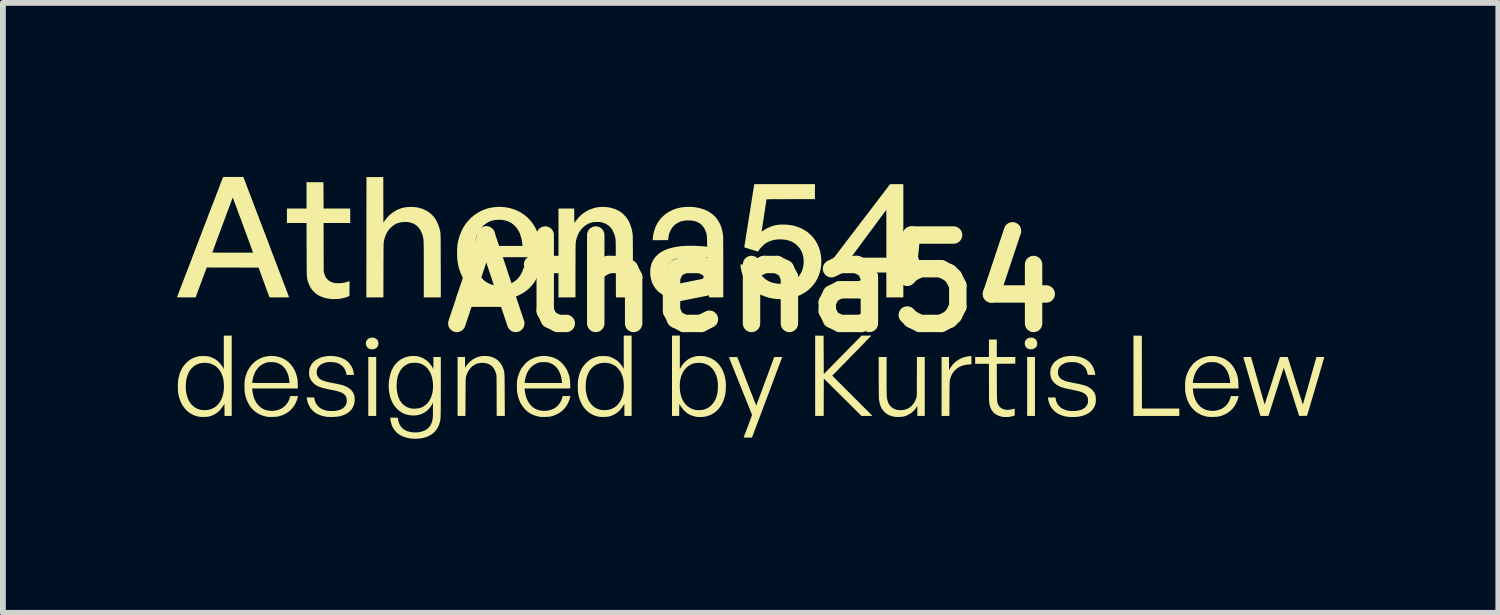
<source format=kicad_pcb>
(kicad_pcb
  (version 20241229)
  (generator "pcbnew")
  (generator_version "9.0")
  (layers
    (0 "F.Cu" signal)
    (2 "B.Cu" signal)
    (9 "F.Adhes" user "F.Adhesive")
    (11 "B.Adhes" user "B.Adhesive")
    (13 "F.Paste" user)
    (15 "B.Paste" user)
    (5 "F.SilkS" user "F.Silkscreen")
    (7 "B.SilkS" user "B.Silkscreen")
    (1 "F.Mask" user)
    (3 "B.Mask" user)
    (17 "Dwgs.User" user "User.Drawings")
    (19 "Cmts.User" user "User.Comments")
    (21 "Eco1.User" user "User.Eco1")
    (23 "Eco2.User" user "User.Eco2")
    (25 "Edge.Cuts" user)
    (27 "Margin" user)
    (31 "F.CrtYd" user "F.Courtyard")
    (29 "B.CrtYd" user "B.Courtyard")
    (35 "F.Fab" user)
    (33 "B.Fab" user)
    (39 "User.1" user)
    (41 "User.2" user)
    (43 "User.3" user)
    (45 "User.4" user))
  (footprint "Athena54"
    (layer "F.Cu")
    (at 9.941 1.836)
    (property "Reference" "Athena54" (at 0 0 0) (layer "F.SilkS") (effects (font (size 1.524 1.524) (thickness 0.3))))
    (attr board_only exclude_from_pos_files exclude_from_bom)
    (fp_poly (pts (xy -6.506 2.284) (xy -6.642 2.284) (xy -6.642 1.268) (xy -6.506 1.268)) (stroke (width 0) (type solid)) (fill yes) (layer "F.SilkS"))
    (fp_poly (pts (xy 4.85 2.284) (xy 4.715 2.284) (xy 4.715 1.268) (xy 4.85 1.268)) (stroke (width 0) (type solid)) (fill yes) (layer "F.SilkS"))
    (fp_poly (pts (xy 6.692 0.901) (xy 6.693 1.529) (xy 6.694 2.156) (xy 7.338 2.156) (xy 7.338 2.284) (xy 6.548 2.284) (xy 6.548 0.899)) (stroke (width 0) (type solid)) (fill yes) (layer "F.SilkS"))
    (fp_poly (pts (xy 1.206 0.901) (xy 1.208 1.232) (xy 1.21 1.562) (xy 1.535 1.231) (xy 1.861 0.899) (xy 2.029 0.899) (xy 1.969 0.962) (xy 1.957 0.974) (xy 1.941 0.99) (xy 1.921 1.011) (xy 1.897 1.036) (xy 1.869 1.065) (xy 1.838 1.096) (xy 1.805 1.13) (xy 1.77 1.166) (xy 1.733 1.204) (xy 1.694 1.243) (xy 1.655 1.283) (xy 1.632 1.308) (xy 1.355 1.59) (xy 2.049 2.284) (xy 1.86 2.284) (xy 1.535 1.962) (xy 1.21 1.64) (xy 1.209 1.962) (xy 1.208 2.284) (xy 1.061 2.284) (xy 1.061 0.899)) (stroke (width 0) (type solid)) (fill yes) (layer "F.SilkS"))
    (fp_poly (pts (xy -6.552 0.935) (xy -6.526 0.943) (xy -6.504 0.956) (xy -6.495 0.964) (xy -6.48 0.984) (xy -6.47 1.008) (xy -6.467 1.034) (xy -6.47 1.061) (xy -6.474 1.073) (xy -6.486 1.095) (xy -6.503 1.112) (xy -6.525 1.125) (xy -6.55 1.133) (xy -6.578 1.136) (xy -6.606 1.133) (xy -6.612 1.131) (xy -6.636 1.121) (xy -6.656 1.105) (xy -6.671 1.084) (xy -6.681 1.06) (xy -6.684 1.032) (xy -6.684 1.031) (xy -6.681 1.006) (xy -6.672 0.985) (xy -6.656 0.965) (xy -6.652 0.961) (xy -6.63 0.946) (xy -6.605 0.937) (xy -6.578 0.933)) (stroke (width 0) (type solid)) (fill yes) (layer "F.SilkS"))
    (fp_poly (pts (xy 4.805 0.935) (xy 4.83 0.943) (xy 4.853 0.956) (xy 4.861 0.964) (xy 4.877 0.984) (xy 4.886 1.008) (xy 4.89 1.034) (xy 4.887 1.061) (xy 4.883 1.073) (xy 4.871 1.095) (xy 4.853 1.112) (xy 4.832 1.125) (xy 4.806 1.133) (xy 4.779 1.136) (xy 4.751 1.133) (xy 4.744 1.131) (xy 4.72 1.121) (xy 4.7 1.105) (xy 4.685 1.084) (xy 4.676 1.06) (xy 4.673 1.032) (xy 4.673 1.031) (xy 4.676 1.006) (xy 4.685 0.985) (xy 4.7 0.965) (xy 4.705 0.961) (xy 4.726 0.946) (xy 4.751 0.937) (xy 4.778 0.933)) (stroke (width 0) (type solid)) (fill yes) (layer "F.SilkS"))
    (fp_poly (pts (xy 3.755 1.323) (xy 3.754 1.394) (xy 3.708 1.397) (xy 3.654 1.403) (xy 3.604 1.415) (xy 3.558 1.433) (xy 3.517 1.457) (xy 3.48 1.487) (xy 3.448 1.522) (xy 3.421 1.563) (xy 3.4 1.608) (xy 3.385 1.658) (xy 3.384 1.659) (xy 3.383 1.665) (xy 3.382 1.672) (xy 3.381 1.68) (xy 3.38 1.689) (xy 3.38 1.701) (xy 3.379 1.716) (xy 3.379 1.735) (xy 3.378 1.757) (xy 3.378 1.784) (xy 3.377 1.816) (xy 3.377 1.853) (xy 3.377 1.897) (xy 3.377 1.947) (xy 3.376 1.986) (xy 3.375 2.284) (xy 3.24 2.284) (xy 3.24 1.268) (xy 3.368 1.268) (xy 3.368 1.38) (xy 3.368 1.492) (xy 3.376 1.479) (xy 3.406 1.433) (xy 3.436 1.395) (xy 3.467 1.363) (xy 3.489 1.344) (xy 3.536 1.313) (xy 3.586 1.287) (xy 3.638 1.269) (xy 3.692 1.258) (xy 3.721 1.254) (xy 3.756 1.252)) (stroke (width 0) (type solid)) (fill yes) (layer "F.SilkS"))
    (fp_poly (pts (xy 2.581 -0.444) (xy 2.845 -0.444) (xy 2.845 -0.188) (xy 2.581 -0.188) (xy 2.581 0.241) (xy 2.288 0.241) (xy 2.288 -0.188) (xy 1.347 -0.188) (xy 1.347 -0.394) (xy 1.385 -0.444) (xy 1.677 -0.444) (xy 2.288 -0.444) (xy 2.288 -0.857) (xy 2.288 -0.912) (xy 2.288 -0.965) (xy 2.288 -1.015) (xy 2.288 -1.062) (xy 2.288 -1.105) (xy 2.287 -1.145) (xy 2.287 -1.179) (xy 2.287 -1.209) (xy 2.287 -1.233) (xy 2.287 -1.251) (xy 2.287 -1.263) (xy 2.287 -1.268) (xy 2.287 -1.268) (xy 2.284 -1.264) (xy 2.277 -1.255) (xy 2.267 -1.241) (xy 2.252 -1.222) (xy 2.235 -1.199) (xy 2.215 -1.171) (xy 2.192 -1.141) (xy 2.167 -1.107) (xy 2.14 -1.07) (xy 2.111 -1.032) (xy 2.082 -0.991) (xy 2.051 -0.95) (xy 2.019 -0.907) (xy 1.987 -0.864) (xy 1.955 -0.821) (xy 1.924 -0.778) (xy 1.893 -0.737) (xy 1.863 -0.696) (xy 1.834 -0.657) (xy 1.807 -0.62) (xy 1.781 -0.586) (xy 1.758 -0.554) (xy 1.737 -0.527) (xy 1.72 -0.502) (xy 1.705 -0.483) (xy 1.694 -0.467) (xy 1.686 -0.457) (xy 1.683 -0.453) (xy 1.683 -0.453) (xy 1.677 -0.444) (xy 1.385 -0.444) (xy 1.85 -1.053) (xy 2.353 -1.712) (xy 2.581 -1.712)) (stroke (width 0) (type solid)) (fill yes) (layer "F.SilkS"))
    (fp_poly (pts (xy 4.192 1.268) (xy 4.512 1.268) (xy 4.511 1.326) (xy 4.51 1.383) (xy 4.351 1.384) (xy 4.192 1.385) (xy 4.193 1.702) (xy 4.193 1.76) (xy 4.193 1.812) (xy 4.194 1.857) (xy 4.194 1.895) (xy 4.195 1.929) (xy 4.195 1.957) (xy 4.196 1.982) (xy 4.197 2.002) (xy 4.198 2.018) (xy 4.199 2.032) (xy 4.201 2.044) (xy 4.202 2.054) (xy 4.205 2.062) (xy 4.207 2.069) (xy 4.21 2.077) (xy 4.214 2.084) (xy 4.216 2.09) (xy 4.233 2.117) (xy 4.256 2.14) (xy 4.284 2.159) (xy 4.315 2.171) (xy 4.333 2.175) (xy 4.364 2.179) (xy 4.398 2.178) (xy 4.434 2.173) (xy 4.47 2.166) (xy 4.495 2.157) (xy 4.497 2.158) (xy 4.499 2.161) (xy 4.5 2.169) (xy 4.5 2.182) (xy 4.5 2.201) (xy 4.501 2.216) (xy 4.501 2.276) (xy 4.477 2.284) (xy 4.445 2.293) (xy 4.415 2.299) (xy 4.384 2.302) (xy 4.354 2.302) (xy 4.335 2.302) (xy 4.317 2.302) (xy 4.303 2.301) (xy 4.295 2.3) (xy 4.27 2.295) (xy 4.242 2.287) (xy 4.214 2.277) (xy 4.194 2.268) (xy 4.159 2.246) (xy 4.129 2.218) (xy 4.104 2.185) (xy 4.085 2.146) (xy 4.07 2.103) (xy 4.061 2.054) (xy 4.06 2.051) (xy 4.06 2.041) (xy 4.059 2.024) (xy 4.058 2) (xy 4.058 1.97) (xy 4.057 1.933) (xy 4.057 1.891) (xy 4.057 1.844) (xy 4.057 1.791) (xy 4.056 1.734) (xy 4.056 1.702) (xy 4.056 1.385) (xy 3.819 1.385) (xy 3.819 1.268) (xy 4.056 1.268) (xy 4.056 0.967) (xy 4.192 0.967)) (stroke (width 0) (type solid)) (fill yes) (layer "F.SilkS"))
    (fp_poly (pts (xy 2.292 1.587) (xy 2.292 1.641) (xy 2.292 1.692) (xy 2.292 1.741) (xy 2.292 1.785) (xy 2.293 1.826) (xy 2.293 1.861) (xy 2.294 1.892) (xy 2.294 1.916) (xy 2.295 1.934) (xy 2.295 1.945) (xy 2.295 1.946) (xy 2.301 1.989) (xy 2.31 2.026) (xy 2.322 2.059) (xy 2.337 2.087) (xy 2.357 2.112) (xy 2.365 2.121) (xy 2.391 2.144) (xy 2.42 2.161) (xy 2.451 2.174) (xy 2.486 2.181) (xy 2.526 2.184) (xy 2.534 2.184) (xy 2.58 2.181) (xy 2.621 2.172) (xy 2.658 2.157) (xy 2.693 2.136) (xy 2.717 2.116) (xy 2.745 2.086) (xy 2.769 2.053) (xy 2.788 2.016) (xy 2.804 1.973) (xy 2.804 1.971) (xy 2.813 1.944) (xy 2.814 1.606) (xy 2.815 1.268) (xy 2.95 1.268) (xy 2.95 2.284) (xy 2.822 2.284) (xy 2.822 2.11) (xy 2.808 2.133) (xy 2.78 2.174) (xy 2.747 2.208) (xy 2.71 2.238) (xy 2.667 2.263) (xy 2.663 2.265) (xy 2.636 2.278) (xy 2.611 2.287) (xy 2.586 2.294) (xy 2.56 2.298) (xy 2.53 2.301) (xy 2.506 2.301) (xy 2.472 2.302) (xy 2.445 2.3) (xy 2.423 2.298) (xy 2.42 2.297) (xy 2.374 2.286) (xy 2.335 2.271) (xy 2.299 2.251) (xy 2.267 2.226) (xy 2.256 2.215) (xy 2.227 2.181) (xy 2.203 2.145) (xy 2.184 2.103) (xy 2.171 2.057) (xy 2.162 2.006) (xy 2.16 1.994) (xy 2.159 1.983) (xy 2.159 1.965) (xy 2.158 1.941) (xy 2.158 1.91) (xy 2.157 1.873) (xy 2.157 1.83) (xy 2.157 1.782) (xy 2.156 1.729) (xy 2.156 1.671) (xy 2.156 1.613) (xy 2.156 1.268) (xy 2.292 1.268)) (stroke (width 0) (type solid)) (fill yes) (layer "F.SilkS"))
    (fp_poly (pts (xy -7.561 -1.745) (xy -7.415 -1.744) (xy -7.414 -1.517) (xy -7.413 -1.291) (xy -6.954 -1.291) (xy -6.954 -1.042) (xy -7.413 -1.042) (xy -7.412 -0.624) (xy -7.411 -0.205) (xy -7.403 -0.175) (xy -7.389 -0.135) (xy -7.372 -0.101) (xy -7.35 -0.073) (xy -7.325 -0.05) (xy -7.294 -0.031) (xy -7.293 -0.031) (xy -7.266 -0.019) (xy -7.238 -0.011) (xy -7.208 -0.006) (xy -7.173 -0.004) (xy -7.156 -0.004) (xy -7.104 -0.006) (xy -7.056 -0.014) (xy -7.013 -0.025) (xy -7.009 -0.027) (xy -6.994 -0.032) (xy -6.981 -0.037) (xy -6.973 -0.04) (xy -6.972 -0.04) (xy -6.97 -0.04) (xy -6.969 -0.039) (xy -6.967 -0.036) (xy -6.967 -0.03) (xy -6.966 -0.021) (xy -6.966 -0.007) (xy -6.966 0.011) (xy -6.966 0.036) (xy -6.966 0.066) (xy -6.966 0.087) (xy -6.967 0.216) (xy -6.993 0.227) (xy -7.027 0.239) (xy -7.065 0.25) (xy -7.103 0.259) (xy -7.116 0.262) (xy -7.131 0.264) (xy -7.152 0.266) (xy -7.176 0.267) (xy -7.202 0.269) (xy -7.228 0.269) (xy -7.252 0.27) (xy -7.271 0.269) (xy -7.283 0.269) (xy -7.348 0.259) (xy -7.407 0.245) (xy -7.46 0.225) (xy -7.509 0.201) (xy -7.551 0.171) (xy -7.589 0.136) (xy -7.621 0.096) (xy -7.649 0.05) (xy -7.672 -0.001) (xy -7.678 -0.02) (xy -7.682 -0.031) (xy -7.685 -0.041) (xy -7.688 -0.051) (xy -7.691 -0.06) (xy -7.694 -0.07) (xy -7.696 -0.08) (xy -7.697 -0.091) (xy -7.699 -0.104) (xy -7.7 -0.118) (xy -7.701 -0.135) (xy -7.702 -0.155) (xy -7.703 -0.178) (xy -7.704 -0.205) (xy -7.704 -0.236) (xy -7.704 -0.272) (xy -7.705 -0.313) (xy -7.705 -0.359) (xy -7.705 -0.411) (xy -7.705 -0.469) (xy -7.705 -0.534) (xy -7.706 -0.584) (xy -7.707 -1.042) (xy -8.045 -1.042) (xy -8.045 -1.291) (xy -7.707 -1.291) (xy -7.707 -1.746)) (stroke (width 0) (type solid)) (fill yes) (layer "F.SilkS"))
    (fp_poly (pts (xy -4.605 1.251) (xy -4.554 1.257) (xy -4.507 1.27) (xy -4.463 1.289) (xy -4.424 1.314) (xy -4.39 1.344) (xy -4.36 1.38) (xy -4.335 1.422) (xy -4.318 1.462) (xy -4.314 1.473) (xy -4.31 1.483) (xy -4.307 1.493) (xy -4.304 1.503) (xy -4.302 1.513) (xy -4.3 1.524) (xy -4.298 1.536) (xy -4.296 1.55) (xy -4.295 1.567) (xy -4.294 1.587) (xy -4.293 1.61) (xy -4.293 1.637) (xy -4.292 1.668) (xy -4.292 1.705) (xy -4.292 1.746) (xy -4.291 1.794) (xy -4.291 1.848) (xy -4.291 1.909) (xy -4.291 1.922) (xy -4.289 2.284) (xy -4.429 2.284) (xy -4.43 1.935) (xy -4.43 1.876) (xy -4.43 1.824) (xy -4.43 1.778) (xy -4.431 1.739) (xy -4.431 1.705) (xy -4.431 1.676) (xy -4.431 1.652) (xy -4.432 1.632) (xy -4.432 1.615) (xy -4.433 1.602) (xy -4.433 1.591) (xy -4.434 1.583) (xy -4.435 1.575) (xy -4.436 1.57) (xy -4.437 1.564) (xy -4.439 1.559) (xy -4.439 1.556) (xy -4.449 1.527) (xy -4.461 1.498) (xy -4.475 1.472) (xy -4.49 1.45) (xy -4.492 1.446) (xy -4.511 1.427) (xy -4.535 1.409) (xy -4.561 1.393) (xy -4.586 1.383) (xy -4.623 1.373) (xy -4.663 1.369) (xy -4.704 1.37) (xy -4.743 1.375) (xy -4.769 1.383) (xy -4.807 1.4) (xy -4.843 1.424) (xy -4.876 1.454) (xy -4.904 1.489) (xy -4.928 1.528) (xy -4.945 1.569) (xy -4.949 1.579) (xy -4.951 1.587) (xy -4.954 1.595) (xy -4.956 1.604) (xy -4.958 1.613) (xy -4.96 1.623) (xy -4.961 1.636) (xy -4.962 1.65) (xy -4.963 1.668) (xy -4.964 1.688) (xy -4.964 1.713) (xy -4.965 1.742) (xy -4.965 1.776) (xy -4.965 1.815) (xy -4.966 1.861) (xy -4.966 1.913) (xy -4.966 1.961) (xy -4.968 2.284) (xy -5.103 2.284) (xy -5.103 1.268) (xy -4.975 1.268) (xy -4.975 1.453) (xy -4.956 1.425) (xy -4.924 1.383) (xy -4.887 1.345) (xy -4.845 1.313) (xy -4.8 1.287) (xy -4.798 1.285) (xy -4.758 1.269) (xy -4.72 1.258) (xy -4.679 1.252) (xy -4.66 1.25)) (stroke (width 0) (type solid)) (fill yes) (layer "F.SilkS"))
    (fp_poly (pts (xy 0.484 1.292) (xy 0.482 1.298) (xy 0.477 1.31) (xy 0.47 1.329) (xy 0.461 1.354) (xy 0.449 1.384) (xy 0.436 1.42) (xy 0.421 1.461) (xy 0.404 1.506) (xy 0.385 1.555) (xy 0.365 1.609) (xy 0.344 1.665) (xy 0.322 1.725) (xy 0.298 1.788) (xy 0.274 1.853) (xy 0.249 1.919) (xy 0.224 1.986) (xy -0.028 2.657) (xy -0.101 2.657) (xy -0.127 2.657) (xy -0.146 2.656) (xy -0.16 2.656) (xy -0.168 2.655) (xy -0.172 2.653) (xy -0.172 2.652) (xy -0.162 2.627) (xy -0.151 2.599) (xy -0.139 2.569) (xy -0.127 2.536) (xy -0.114 2.502) (xy -0.101 2.468) (xy -0.088 2.435) (xy -0.076 2.402) (xy -0.065 2.371) (xy -0.054 2.343) (xy -0.045 2.318) (xy -0.038 2.297) (xy -0.032 2.281) (xy -0.028 2.27) (xy -0.027 2.266) (xy -0.029 2.262) (xy -0.033 2.251) (xy -0.04 2.234) (xy -0.049 2.211) (xy -0.06 2.183) (xy -0.073 2.15) (xy -0.088 2.113) (xy -0.105 2.071) (xy -0.123 2.025) (xy -0.143 1.976) (xy -0.164 1.924) (xy -0.186 1.87) (xy -0.209 1.813) (xy -0.226 1.77) (xy -0.249 1.712) (xy -0.272 1.656) (xy -0.293 1.603) (xy -0.314 1.551) (xy -0.333 1.503) (xy -0.351 1.459) (xy -0.367 1.418) (xy -0.382 1.381) (xy -0.395 1.35) (xy -0.405 1.323) (xy -0.414 1.302) (xy -0.42 1.286) (xy -0.423 1.277) (xy -0.424 1.275) (xy -0.425 1.272) (xy -0.423 1.271) (xy -0.419 1.27) (xy -0.411 1.269) (xy -0.399 1.269) (xy -0.381 1.269) (xy -0.357 1.269) (xy -0.354 1.269) (xy -0.281 1.27) (xy -0.119 1.687) (xy -0.098 1.74) (xy -0.078 1.792) (xy -0.059 1.841) (xy -0.041 1.887) (xy -0.024 1.93) (xy -0.009 1.969) (xy 0.005 2.004) (xy 0.017 2.034) (xy 0.027 2.06) (xy 0.035 2.08) (xy 0.041 2.094) (xy 0.044 2.102) (xy 0.045 2.103) (xy 0.047 2.1) (xy 0.051 2.09) (xy 0.057 2.074) (xy 0.065 2.051) (xy 0.075 2.024) (xy 0.088 1.992) (xy 0.101 1.955) (xy 0.116 1.914) (xy 0.133 1.87) (xy 0.15 1.823) (xy 0.169 1.772) (xy 0.188 1.72) (xy 0.201 1.686) (xy 0.355 1.268) (xy 0.493 1.268)) (stroke (width 0) (type solid)) (fill yes) (layer "F.SilkS"))
    (fp_poly (pts (xy -2.509 -1.313) (xy -2.448 -1.301) (xy -2.391 -1.283) (xy -2.338 -1.259) (xy -2.29 -1.23) (xy -2.246 -1.194) (xy -2.241 -1.189) (xy -2.202 -1.147) (xy -2.168 -1.099) (xy -2.14 -1.047) (xy -2.117 -0.989) (xy -2.099 -0.927) (xy -2.087 -0.861) (xy -2.085 -0.842) (xy -2.084 -0.832) (xy -2.084 -0.815) (xy -2.083 -0.79) (xy -2.083 -0.758) (xy -2.082 -0.718) (xy -2.082 -0.672) (xy -2.082 -0.618) (xy -2.081 -0.557) (xy -2.081 -0.489) (xy -2.081 -0.414) (xy -2.081 -0.333) (xy -2.081 -0.282) (xy -2.081 0.241) (xy -2.374 0.241) (xy -2.375 -0.255) (xy -2.376 -0.326) (xy -2.376 -0.39) (xy -2.376 -0.447) (xy -2.376 -0.498) (xy -2.376 -0.543) (xy -2.376 -0.583) (xy -2.377 -0.618) (xy -2.377 -0.647) (xy -2.377 -0.673) (xy -2.378 -0.695) (xy -2.378 -0.713) (xy -2.378 -0.728) (xy -2.379 -0.74) (xy -2.38 -0.751) (xy -2.38 -0.759) (xy -2.381 -0.766) (xy -2.382 -0.772) (xy -2.383 -0.777) (xy -2.384 -0.782) (xy -2.385 -0.786) (xy -2.399 -0.84) (xy -2.417 -0.886) (xy -2.438 -0.927) (xy -2.463 -0.961) (xy -2.491 -0.99) (xy -2.497 -0.995) (xy -2.518 -1.009) (xy -2.543 -1.024) (xy -2.57 -1.037) (xy -2.598 -1.047) (xy -2.613 -1.052) (xy -2.634 -1.056) (xy -2.66 -1.059) (xy -2.689 -1.06) (xy -2.719 -1.059) (xy -2.748 -1.058) (xy -2.774 -1.055) (xy -2.793 -1.051) (xy -2.842 -1.033) (xy -2.886 -1.009) (xy -2.927 -0.979) (xy -2.963 -0.943) (xy -2.994 -0.902) (xy -3.021 -0.857) (xy -3.042 -0.806) (xy -3.058 -0.751) (xy -3.065 -0.711) (xy -3.066 -0.705) (xy -3.067 -0.696) (xy -3.067 -0.686) (xy -3.068 -0.673) (xy -3.068 -0.657) (xy -3.069 -0.637) (xy -3.069 -0.614) (xy -3.07 -0.586) (xy -3.07 -0.554) (xy -3.07 -0.517) (xy -3.07 -0.475) (xy -3.07 -0.427) (xy -3.07 -0.372) (xy -3.071 -0.311) (xy -3.071 -0.243) (xy -3.071 -0.217) (xy -3.071 0.241) (xy -3.364 0.241) (xy -3.364 -1.291) (xy -3.093 -1.291) (xy -3.092 -1.166) (xy -3.091 -1.041) (xy -3.065 -1.078) (xy -3.024 -1.129) (xy -2.979 -1.175) (xy -2.93 -1.215) (xy -2.876 -1.249) (xy -2.82 -1.276) (xy -2.761 -1.297) (xy -2.7 -1.312) (xy -2.637 -1.319) (xy -2.576 -1.319)) (stroke (width 0) (type solid)) (fill yes) (layer "F.SilkS"))
    (fp_poly (pts (xy -6.383 -1.441) (xy -6.382 -1.049) (xy -6.362 -1.077) (xy -6.321 -1.131) (xy -6.277 -1.178) (xy -6.228 -1.218) (xy -6.177 -1.252) (xy -6.122 -1.279) (xy -6.064 -1.3) (xy -6.003 -1.313) (xy -5.941 -1.319) (xy -5.876 -1.319) (xy -5.814 -1.313) (xy -5.755 -1.3) (xy -5.698 -1.282) (xy -5.646 -1.257) (xy -5.597 -1.227) (xy -5.553 -1.191) (xy -5.542 -1.181) (xy -5.506 -1.139) (xy -5.473 -1.091) (xy -5.446 -1.037) (xy -5.424 -0.978) (xy -5.406 -0.914) (xy -5.403 -0.898) (xy -5.402 -0.893) (xy -5.401 -0.888) (xy -5.4 -0.882) (xy -5.399 -0.875) (xy -5.398 -0.868) (xy -5.398 -0.859) (xy -5.397 -0.848) (xy -5.396 -0.835) (xy -5.396 -0.819) (xy -5.396 -0.8) (xy -5.395 -0.777) (xy -5.395 -0.751) (xy -5.395 -0.72) (xy -5.395 -0.685) (xy -5.394 -0.645) (xy -5.394 -0.6) (xy -5.394 -0.549) (xy -5.394 -0.492) (xy -5.394 -0.428) (xy -5.394 -0.357) (xy -5.393 -0.31) (xy -5.392 0.241) (xy -5.686 0.241) (xy -5.686 -0.239) (xy -5.686 -0.312) (xy -5.686 -0.378) (xy -5.686 -0.437) (xy -5.686 -0.489) (xy -5.686 -0.536) (xy -5.686 -0.578) (xy -5.687 -0.614) (xy -5.687 -0.646) (xy -5.688 -0.674) (xy -5.688 -0.698) (xy -5.689 -0.719) (xy -5.69 -0.736) (xy -5.691 -0.752) (xy -5.692 -0.765) (xy -5.694 -0.777) (xy -5.696 -0.787) (xy -5.698 -0.797) (xy -5.7 -0.806) (xy -5.703 -0.816) (xy -5.705 -0.826) (xy -5.707 -0.831) (xy -5.724 -0.88) (xy -5.747 -0.923) (xy -5.774 -0.961) (xy -5.805 -0.993) (xy -5.841 -1.019) (xy -5.882 -1.038) (xy -5.927 -1.052) (xy -5.976 -1.059) (xy -6.026 -1.06) (xy -6.077 -1.055) (xy -6.123 -1.044) (xy -6.166 -1.028) (xy -6.205 -1.004) (xy -6.243 -0.974) (xy -6.257 -0.96) (xy -6.288 -0.926) (xy -6.314 -0.888) (xy -6.336 -0.847) (xy -6.354 -0.801) (xy -6.369 -0.748) (xy -6.372 -0.738) (xy -6.373 -0.732) (xy -6.374 -0.727) (xy -6.375 -0.721) (xy -6.376 -0.715) (xy -6.376 -0.708) (xy -6.377 -0.699) (xy -6.378 -0.688) (xy -6.378 -0.674) (xy -6.379 -0.658) (xy -6.379 -0.639) (xy -6.379 -0.616) (xy -6.38 -0.589) (xy -6.38 -0.557) (xy -6.38 -0.52) (xy -6.38 -0.478) (xy -6.38 -0.431) (xy -6.381 -0.377) (xy -6.381 -0.317) (xy -6.381 -0.249) (xy -6.381 -0.23) (xy -6.382 0.241) (xy -6.676 0.241) (xy -6.675 -0.797) (xy -6.674 -1.834) (xy -6.384 -1.834)) (stroke (width 0) (type solid)) (fill yes) (layer "F.SilkS"))
    (fp_poly (pts (xy -8.997 2.284) (xy -9.121 2.284) (xy -9.121 2.18) (xy -9.122 2.075) (xy -9.129 2.088) (xy -9.158 2.132) (xy -9.186 2.169) (xy -9.215 2.2) (xy -9.246 2.227) (xy -9.28 2.249) (xy -9.314 2.267) (xy -9.341 2.279) (xy -9.365 2.288) (xy -9.39 2.294) (xy -9.415 2.298) (xy -9.445 2.3) (xy -9.469 2.301) (xy -9.492 2.301) (xy -9.514 2.301) (xy -9.533 2.301) (xy -9.548 2.3) (xy -9.552 2.299) (xy -9.607 2.287) (xy -9.658 2.268) (xy -9.705 2.243) (xy -9.749 2.212) (xy -9.788 2.176) (xy -9.823 2.133) (xy -9.854 2.085) (xy -9.88 2.032) (xy -9.9 1.975) (xy -9.916 1.912) (xy -9.918 1.902) (xy -9.921 1.877) (xy -9.924 1.846) (xy -9.925 1.812) (xy -9.925 1.796) (xy -9.788 1.796) (xy -9.786 1.837) (xy -9.782 1.873) (xy -9.782 1.874) (xy -9.77 1.931) (xy -9.753 1.983) (xy -9.731 2.029) (xy -9.705 2.069) (xy -9.674 2.104) (xy -9.638 2.133) (xy -9.599 2.156) (xy -9.554 2.173) (xy -9.553 2.173) (xy -9.517 2.181) (xy -9.478 2.184) (xy -9.438 2.184) (xy -9.399 2.179) (xy -9.38 2.175) (xy -9.336 2.16) (xy -9.295 2.138) (xy -9.258 2.111) (xy -9.225 2.077) (xy -9.197 2.037) (xy -9.173 1.992) (xy -9.154 1.942) (xy -9.142 1.895) (xy -9.134 1.843) (xy -9.131 1.789) (xy -9.132 1.734) (xy -9.137 1.68) (xy -9.146 1.629) (xy -9.152 1.609) (xy -9.17 1.56) (xy -9.193 1.516) (xy -9.221 1.477) (xy -9.254 1.443) (xy -9.291 1.415) (xy -9.332 1.393) (xy -9.37 1.38) (xy -9.403 1.372) (xy -9.441 1.369) (xy -9.481 1.369) (xy -9.52 1.373) (xy -9.552 1.379) (xy -9.593 1.394) (xy -9.632 1.415) (xy -9.667 1.442) (xy -9.698 1.475) (xy -9.726 1.513) (xy -9.748 1.557) (xy -9.766 1.604) (xy -9.774 1.635) (xy -9.781 1.67) (xy -9.785 1.71) (xy -9.788 1.753) (xy -9.788 1.796) (xy -9.925 1.796) (xy -9.925 1.775) (xy -9.925 1.739) (xy -9.923 1.704) (xy -9.92 1.672) (xy -9.917 1.646) (xy -9.916 1.643) (xy -9.902 1.583) (xy -9.884 1.529) (xy -9.862 1.48) (xy -9.835 1.435) (xy -9.803 1.394) (xy -9.78 1.37) (xy -9.744 1.336) (xy -9.707 1.31) (xy -9.668 1.289) (xy -9.625 1.272) (xy -9.622 1.271) (xy -9.597 1.263) (xy -9.574 1.258) (xy -9.551 1.254) (xy -9.526 1.252) (xy -9.497 1.252) (xy -9.479 1.252) (xy -9.453 1.252) (xy -9.434 1.253) (xy -9.418 1.254) (xy -9.404 1.256) (xy -9.391 1.259) (xy -9.387 1.26) (xy -9.336 1.278) (xy -9.288 1.302) (xy -9.245 1.332) (xy -9.207 1.368) (xy -9.172 1.41) (xy -9.148 1.448) (xy -9.133 1.473) (xy -9.133 1.186) (xy -9.133 0.899) (xy -8.997 0.899)) (stroke (width 0) (type solid)) (fill yes) (layer "F.SilkS"))
    (fp_poly (pts (xy -2.103 2.284) (xy -2.228 2.284) (xy -2.228 2.18) (xy -2.228 2.075) (xy -2.236 2.088) (xy -2.264 2.132) (xy -2.292 2.169) (xy -2.321 2.2) (xy -2.352 2.227) (xy -2.386 2.249) (xy -2.42 2.267) (xy -2.447 2.279) (xy -2.472 2.288) (xy -2.496 2.294) (xy -2.522 2.298) (xy -2.552 2.3) (xy -2.576 2.301) (xy -2.598 2.301) (xy -2.62 2.301) (xy -2.639 2.301) (xy -2.654 2.3) (xy -2.659 2.299) (xy -2.713 2.287) (xy -2.764 2.268) (xy -2.812 2.243) (xy -2.855 2.212) (xy -2.895 2.176) (xy -2.93 2.133) (xy -2.96 2.085) (xy -2.986 2.032) (xy -3.007 1.975) (xy -3.022 1.912) (xy -3.024 1.902) (xy -3.027 1.877) (xy -3.03 1.846) (xy -3.031 1.812) (xy -3.031 1.796) (xy -2.895 1.796) (xy -2.893 1.837) (xy -2.889 1.873) (xy -2.888 1.874) (xy -2.876 1.931) (xy -2.859 1.983) (xy -2.838 2.029) (xy -2.811 2.069) (xy -2.78 2.104) (xy -2.745 2.133) (xy -2.705 2.156) (xy -2.661 2.173) (xy -2.659 2.173) (xy -2.624 2.181) (xy -2.584 2.184) (xy -2.544 2.184) (xy -2.506 2.179) (xy -2.487 2.175) (xy -2.442 2.16) (xy -2.401 2.138) (xy -2.364 2.111) (xy -2.331 2.077) (xy -2.303 2.037) (xy -2.279 1.992) (xy -2.26 1.942) (xy -2.248 1.895) (xy -2.241 1.843) (xy -2.237 1.789) (xy -2.238 1.734) (xy -2.243 1.68) (xy -2.253 1.629) (xy -2.258 1.609) (xy -2.276 1.56) (xy -2.299 1.516) (xy -2.327 1.477) (xy -2.36 1.443) (xy -2.397 1.415) (xy -2.438 1.393) (xy -2.476 1.38) (xy -2.51 1.372) (xy -2.548 1.369) (xy -2.587 1.369) (xy -2.626 1.373) (xy -2.658 1.379) (xy -2.7 1.394) (xy -2.738 1.415) (xy -2.773 1.442) (xy -2.805 1.475) (xy -2.832 1.513) (xy -2.855 1.557) (xy -2.872 1.604) (xy -2.881 1.635) (xy -2.887 1.67) (xy -2.892 1.71) (xy -2.894 1.753) (xy -2.895 1.796) (xy -3.031 1.796) (xy -3.032 1.775) (xy -3.031 1.739) (xy -3.029 1.704) (xy -3.027 1.672) (xy -3.023 1.646) (xy -3.022 1.643) (xy -3.009 1.583) (xy -2.991 1.529) (xy -2.969 1.48) (xy -2.942 1.435) (xy -2.91 1.394) (xy -2.887 1.37) (xy -2.85 1.336) (xy -2.813 1.31) (xy -2.774 1.289) (xy -2.731 1.272) (xy -2.728 1.271) (xy -2.703 1.263) (xy -2.68 1.258) (xy -2.657 1.254) (xy -2.632 1.252) (xy -2.603 1.252) (xy -2.585 1.252) (xy -2.56 1.252) (xy -2.54 1.253) (xy -2.524 1.254) (xy -2.51 1.256) (xy -2.497 1.259) (xy -2.493 1.26) (xy -2.442 1.278) (xy -2.395 1.302) (xy -2.352 1.332) (xy -2.313 1.368) (xy -2.278 1.41) (xy -2.254 1.448) (xy -2.239 1.473) (xy -2.239 1.186) (xy -2.239 0.899) (xy -2.103 0.899)) (stroke (width 0) (type solid)) (fill yes) (layer "F.SilkS"))
    (fp_poly (pts (xy -1.272 1.188) (xy -1.272 1.477) (xy -1.256 1.449) (xy -1.227 1.403) (xy -1.193 1.362) (xy -1.155 1.327) (xy -1.112 1.298) (xy -1.066 1.276) (xy -1.015 1.26) (xy -0.979 1.253) (xy -0.954 1.251) (xy -0.925 1.25) (xy -0.894 1.251) (xy -0.864 1.253) (xy -0.837 1.257) (xy -0.829 1.258) (xy -0.775 1.274) (xy -0.724 1.295) (xy -0.678 1.323) (xy -0.636 1.357) (xy -0.598 1.396) (xy -0.565 1.441) (xy -0.537 1.49) (xy -0.514 1.545) (xy -0.496 1.605) (xy -0.484 1.669) (xy -0.481 1.687) (xy -0.479 1.716) (xy -0.478 1.749) (xy -0.478 1.786) (xy -0.48 1.823) (xy -0.482 1.859) (xy -0.486 1.892) (xy -0.49 1.92) (xy -0.491 1.921) (xy -0.507 1.984) (xy -0.529 2.042) (xy -0.555 2.094) (xy -0.586 2.141) (xy -0.622 2.182) (xy -0.663 2.218) (xy -0.707 2.248) (xy -0.756 2.272) (xy -0.809 2.289) (xy -0.846 2.297) (xy -0.869 2.3) (xy -0.896 2.302) (xy -0.925 2.302) (xy -0.954 2.302) (xy -0.98 2.3) (xy -0.999 2.297) (xy -1.04 2.286) (xy -1.082 2.271) (xy -1.12 2.253) (xy -1.144 2.238) (xy -1.17 2.217) (xy -1.197 2.191) (xy -1.223 2.162) (xy -1.247 2.131) (xy -1.267 2.1) (xy -1.269 2.098) (xy -1.281 2.075) (xy -1.283 2.284) (xy -1.407 2.284) (xy -1.407 1.772) (xy -1.273 1.772) (xy -1.271 1.828) (xy -1.265 1.878) (xy -1.255 1.924) (xy -1.241 1.967) (xy -1.229 1.997) (xy -1.212 2.029) (xy -1.195 2.056) (xy -1.175 2.081) (xy -1.155 2.102) (xy -1.118 2.132) (xy -1.078 2.156) (xy -1.034 2.173) (xy -0.993 2.182) (xy -0.971 2.184) (xy -0.944 2.184) (xy -0.916 2.183) (xy -0.888 2.18) (xy -0.868 2.176) (xy -0.826 2.164) (xy -0.787 2.145) (xy -0.752 2.121) (xy -0.72 2.091) (xy -0.705 2.074) (xy -0.691 2.056) (xy -0.679 2.038) (xy -0.674 2.03) (xy -0.66 2.003) (xy -0.647 1.971) (xy -0.636 1.936) (xy -0.627 1.902) (xy -0.622 1.88) (xy -0.62 1.857) (xy -0.618 1.829) (xy -0.616 1.798) (xy -0.616 1.767) (xy -0.616 1.736) (xy -0.618 1.708) (xy -0.62 1.686) (xy -0.62 1.684) (xy -0.632 1.627) (xy -0.648 1.576) (xy -0.669 1.53) (xy -0.695 1.489) (xy -0.726 1.454) (xy -0.727 1.453) (xy -0.743 1.438) (xy -0.756 1.427) (xy -0.769 1.418) (xy -0.784 1.409) (xy -0.798 1.402) (xy -0.838 1.385) (xy -0.881 1.374) (xy -0.926 1.369) (xy -0.971 1.369) (xy -1.016 1.375) (xy -1.058 1.387) (xy -1.086 1.399) (xy -1.125 1.423) (xy -1.16 1.453) (xy -1.191 1.488) (xy -1.218 1.529) (xy -1.239 1.574) (xy -1.247 1.595) (xy -1.257 1.63) (xy -1.265 1.664) (xy -1.27 1.699) (xy -1.272 1.738) (xy -1.273 1.772) (xy -1.407 1.772) (xy -1.407 0.899) (xy -1.272 0.899)) (stroke (width 0) (type solid)) (fill yes) (layer "F.SilkS"))
    (fp_poly (pts (xy -4.278 -1.313) (xy -4.231 -1.305) (xy -4.168 -1.29) (xy -4.106 -1.268) (xy -4.055 -1.245) (xy -3.994 -1.211) (xy -3.938 -1.171) (xy -3.886 -1.126) (xy -3.84 -1.075) (xy -3.798 -1.019) (xy -3.762 -0.959) (xy -3.732 -0.894) (xy -3.707 -0.826) (xy -3.688 -0.753) (xy -3.675 -0.677) (xy -3.675 -0.671) (xy -3.672 -0.646) (xy -3.67 -0.615) (xy -3.669 -0.582) (xy -3.669 -0.549) (xy -3.669 -0.518) (xy -3.67 -0.491) (xy -3.671 -0.477) (xy -3.674 -0.452) (xy -4.815 -0.452) (xy -4.812 -0.421) (xy -4.803 -0.353) (xy -4.788 -0.29) (xy -4.769 -0.232) (xy -4.745 -0.179) (xy -4.716 -0.131) (xy -4.683 -0.088) (xy -4.646 -0.052) (xy -4.605 -0.021) (xy -4.57 -0.002) (xy -4.52 0.019) (xy -4.466 0.033) (xy -4.41 0.04) (xy -4.352 0.04) (xy -4.334 0.038) (xy -4.275 0.03) (xy -4.22 0.015) (xy -4.17 -0.006) (xy -4.125 -0.032) (xy -4.085 -0.064) (xy -4.049 -0.102) (xy -4.018 -0.146) (xy -3.992 -0.195) (xy -3.973 -0.245) (xy -3.963 -0.277) (xy -3.675 -0.279) (xy -3.678 -0.262) (xy -3.682 -0.24) (xy -3.69 -0.213) (xy -3.701 -0.182) (xy -3.714 -0.15) (xy -3.729 -0.117) (xy -3.744 -0.084) (xy -3.76 -0.054) (xy -3.776 -0.028) (xy -3.783 -0.017) (xy -3.827 0.039) (xy -3.875 0.089) (xy -3.928 0.133) (xy -3.986 0.171) (xy -4.047 0.204) (xy -4.113 0.23) (xy -4.182 0.249) (xy -4.249 0.262) (xy -4.275 0.265) (xy -4.306 0.267) (xy -4.34 0.268) (xy -4.374 0.269) (xy -4.407 0.269) (xy -4.436 0.268) (xy -4.455 0.267) (xy -4.531 0.256) (xy -4.603 0.238) (xy -4.671 0.214) (xy -4.735 0.184) (xy -4.795 0.147) (xy -4.851 0.105) (xy -4.902 0.057) (xy -4.948 0.004) (xy -4.989 -0.055) (xy -5.024 -0.118) (xy -5.054 -0.187) (xy -5.064 -0.216) (xy -5.08 -0.265) (xy -5.092 -0.312) (xy -5.1 -0.359) (xy -5.107 -0.408) (xy -5.11 -0.46) (xy -5.112 -0.518) (xy -5.112 -0.529) (xy -5.111 -0.57) (xy -5.11 -0.606) (xy -5.108 -0.637) (xy -5.107 -0.647) (xy -4.813 -0.647) (xy -3.984 -0.647) (xy -3.987 -0.678) (xy -3.992 -0.722) (xy -4.001 -0.767) (xy -4.013 -0.811) (xy -4.027 -0.852) (xy -4.042 -0.889) (xy -4.048 -0.899) (xy -4.077 -0.946) (xy -4.11 -0.987) (xy -4.148 -1.021) (xy -4.19 -1.05) (xy -4.236 -1.071) (xy -4.286 -1.087) (xy -4.339 -1.096) (xy -4.366 -1.098) (xy -4.424 -1.097) (xy -4.479 -1.09) (xy -4.53 -1.076) (xy -4.577 -1.055) (xy -4.621 -1.028) (xy -4.661 -0.995) (xy -4.697 -0.955) (xy -4.729 -0.909) (xy -4.757 -0.856) (xy -4.769 -0.829) (xy -4.78 -0.799) (xy -4.79 -0.766) (xy -4.799 -0.728) (xy -4.807 -0.684) (xy -4.811 -0.659) (xy -4.813 -0.647) (xy -5.107 -0.647) (xy -5.105 -0.667) (xy -5.1 -0.696) (xy -5.094 -0.726) (xy -5.086 -0.759) (xy -5.086 -0.762) (xy -5.063 -0.836) (xy -5.035 -0.905) (xy -5.001 -0.97) (xy -4.962 -1.029) (xy -4.917 -1.084) (xy -4.869 -1.134) (xy -4.816 -1.179) (xy -4.759 -1.217) (xy -4.698 -1.25) (xy -4.634 -1.277) (xy -4.567 -1.298) (xy -4.498 -1.312) (xy -4.426 -1.319) (xy -4.353 -1.32)) (stroke (width 0) (type solid)) (fill yes) (layer "F.SilkS"))
    (fp_poly (pts (xy -8.238 1.255) (xy -8.229 1.257) (xy -8.173 1.27) (xy -8.12 1.289) (xy -8.072 1.315) (xy -8.028 1.347) (xy -7.988 1.385) (xy -7.953 1.428) (xy -7.923 1.476) (xy -7.897 1.529) (xy -7.878 1.587) (xy -7.868 1.625) (xy -7.865 1.643) (xy -7.862 1.663) (xy -7.86 1.687) (xy -7.859 1.716) (xy -7.858 1.736) (xy -7.856 1.81) (xy -8.644 1.81) (xy -8.642 1.837) (xy -8.633 1.896) (xy -8.62 1.951) (xy -8.602 2) (xy -8.579 2.045) (xy -8.551 2.085) (xy -8.519 2.119) (xy -8.483 2.147) (xy -8.454 2.164) (xy -8.412 2.181) (xy -8.367 2.191) (xy -8.322 2.197) (xy -8.275 2.196) (xy -8.23 2.189) (xy -8.186 2.177) (xy -8.146 2.16) (xy -8.109 2.137) (xy -8.084 2.118) (xy -8.054 2.085) (xy -8.03 2.051) (xy -8.01 2.013) (xy -7.996 1.972) (xy -7.987 1.942) (xy -7.854 1.942) (xy -7.859 1.963) (xy -7.863 1.978) (xy -7.868 1.996) (xy -7.874 2.013) (xy -7.874 2.013) (xy -7.897 2.067) (xy -7.926 2.116) (xy -7.96 2.16) (xy -7.999 2.198) (xy -8.043 2.231) (xy -8.093 2.258) (xy -8.147 2.28) (xy -8.198 2.294) (xy -8.215 2.297) (xy -8.237 2.299) (xy -8.264 2.3) (xy -8.292 2.301) (xy -8.32 2.302) (xy -8.347 2.301) (xy -8.37 2.3) (xy -8.388 2.298) (xy -8.447 2.284) (xy -8.502 2.264) (xy -8.552 2.238) (xy -8.597 2.206) (xy -8.638 2.168) (xy -8.675 2.125) (xy -8.706 2.076) (xy -8.716 2.056) (xy -8.737 2.01) (xy -8.754 1.961) (xy -8.767 1.908) (xy -8.77 1.892) (xy -8.772 1.877) (xy -8.774 1.863) (xy -8.775 1.848) (xy -8.776 1.831) (xy -8.777 1.809) (xy -8.777 1.781) (xy -8.777 1.776) (xy -8.777 1.739) (xy -8.776 1.709) (xy -8.644 1.709) (xy -8.643 1.71) (xy -8.642 1.712) (xy -8.639 1.712) (xy -8.635 1.713) (xy -8.628 1.714) (xy -8.618 1.714) (xy -8.605 1.715) (xy -8.589 1.715) (xy -8.568 1.715) (xy -8.542 1.716) (xy -8.512 1.716) (xy -8.475 1.716) (xy -8.433 1.716) (xy -8.384 1.716) (xy -8.328 1.716) (xy -7.999 1.716) (xy -8.002 1.687) (xy -8.01 1.632) (xy -8.022 1.581) (xy -8.04 1.534) (xy -8.062 1.492) (xy -8.089 1.455) (xy -8.119 1.423) (xy -8.154 1.398) (xy -8.173 1.387) (xy -8.198 1.376) (xy -8.218 1.368) (xy -8.238 1.362) (xy -8.259 1.359) (xy -8.284 1.357) (xy -8.313 1.357) (xy -8.314 1.357) (xy -8.338 1.357) (xy -8.357 1.358) (xy -8.372 1.359) (xy -8.385 1.361) (xy -8.399 1.365) (xy -8.4 1.365) (xy -8.445 1.382) (xy -8.486 1.405) (xy -8.522 1.433) (xy -8.554 1.468) (xy -8.582 1.508) (xy -8.605 1.554) (xy -8.623 1.604) (xy -8.636 1.66) (xy -8.638 1.669) (xy -8.64 1.685) (xy -8.642 1.698) (xy -8.643 1.707) (xy -8.644 1.709) (xy -8.776 1.709) (xy -8.776 1.709) (xy -8.774 1.682) (xy -8.771 1.658) (xy -8.766 1.635) (xy -8.76 1.611) (xy -8.752 1.584) (xy -8.749 1.576) (xy -8.735 1.537) (xy -8.719 1.502) (xy -8.7 1.469) (xy -8.684 1.444) (xy -8.648 1.398) (xy -8.608 1.358) (xy -8.564 1.325) (xy -8.516 1.297) (xy -8.464 1.275) (xy -8.411 1.26) (xy -8.354 1.251) (xy -8.297 1.25)) (stroke (width 0) (type solid)) (fill yes) (layer "F.SilkS"))
    (fp_poly (pts (xy -3.542 1.255) (xy -3.533 1.257) (xy -3.477 1.27) (xy -3.424 1.289) (xy -3.376 1.315) (xy -3.332 1.347) (xy -3.292 1.385) (xy -3.257 1.428) (xy -3.226 1.476) (xy -3.201 1.529) (xy -3.181 1.587) (xy -3.172 1.625) (xy -3.169 1.643) (xy -3.166 1.663) (xy -3.164 1.687) (xy -3.163 1.716) (xy -3.162 1.736) (xy -3.16 1.81) (xy -3.948 1.81) (xy -3.946 1.837) (xy -3.937 1.896) (xy -3.924 1.951) (xy -3.905 2) (xy -3.882 2.045) (xy -3.855 2.085) (xy -3.823 2.119) (xy -3.787 2.147) (xy -3.758 2.164) (xy -3.716 2.181) (xy -3.671 2.191) (xy -3.625 2.197) (xy -3.579 2.196) (xy -3.534 2.189) (xy -3.49 2.177) (xy -3.449 2.16) (xy -3.412 2.137) (xy -3.388 2.118) (xy -3.358 2.085) (xy -3.333 2.051) (xy -3.314 2.013) (xy -3.3 1.972) (xy -3.291 1.942) (xy -3.158 1.942) (xy -3.163 1.963) (xy -3.167 1.978) (xy -3.172 1.996) (xy -3.178 2.013) (xy -3.178 2.013) (xy -3.201 2.067) (xy -3.23 2.116) (xy -3.264 2.16) (xy -3.303 2.198) (xy -3.347 2.231) (xy -3.397 2.258) (xy -3.451 2.28) (xy -3.501 2.294) (xy -3.518 2.297) (xy -3.541 2.299) (xy -3.567 2.3) (xy -3.596 2.301) (xy -3.624 2.302) (xy -3.651 2.301) (xy -3.674 2.3) (xy -3.691 2.298) (xy -3.751 2.284) (xy -3.805 2.264) (xy -3.856 2.238) (xy -3.901 2.206) (xy -3.942 2.168) (xy -3.978 2.125) (xy -4.01 2.076) (xy -4.02 2.056) (xy -4.041 2.01) (xy -4.057 1.961) (xy -4.07 1.908) (xy -4.074 1.892) (xy -4.076 1.877) (xy -4.078 1.863) (xy -4.079 1.848) (xy -4.08 1.831) (xy -4.08 1.809) (xy -4.081 1.781) (xy -4.081 1.776) (xy -4.08 1.739) (xy -4.08 1.709) (xy -3.947 1.709) (xy -3.947 1.71) (xy -3.946 1.712) (xy -3.943 1.712) (xy -3.939 1.713) (xy -3.932 1.714) (xy -3.922 1.714) (xy -3.909 1.715) (xy -3.892 1.715) (xy -3.872 1.715) (xy -3.846 1.716) (xy -3.815 1.716) (xy -3.779 1.716) (xy -3.737 1.716) (xy -3.688 1.716) (xy -3.632 1.716) (xy -3.303 1.716) (xy -3.306 1.687) (xy -3.313 1.632) (xy -3.326 1.581) (xy -3.344 1.534) (xy -3.366 1.492) (xy -3.393 1.455) (xy -3.423 1.423) (xy -3.458 1.398) (xy -3.477 1.387) (xy -3.501 1.376) (xy -3.522 1.368) (xy -3.542 1.362) (xy -3.563 1.359) (xy -3.588 1.357) (xy -3.617 1.357) (xy -3.618 1.357) (xy -3.642 1.357) (xy -3.661 1.358) (xy -3.676 1.359) (xy -3.689 1.361) (xy -3.703 1.365) (xy -3.704 1.365) (xy -3.749 1.382) (xy -3.789 1.405) (xy -3.826 1.433) (xy -3.858 1.468) (xy -3.886 1.508) (xy -3.909 1.554) (xy -3.927 1.604) (xy -3.94 1.66) (xy -3.942 1.669) (xy -3.944 1.685) (xy -3.946 1.698) (xy -3.947 1.707) (xy -3.947 1.709) (xy -4.08 1.709) (xy -4.08 1.709) (xy -4.078 1.682) (xy -4.074 1.658) (xy -4.07 1.635) (xy -4.064 1.611) (xy -4.055 1.584) (xy -4.053 1.576) (xy -4.038 1.537) (xy -4.023 1.502) (xy -4.004 1.469) (xy -3.987 1.444) (xy -3.952 1.398) (xy -3.912 1.358) (xy -3.868 1.325) (xy -3.82 1.297) (xy -3.768 1.275) (xy -3.714 1.26) (xy -3.658 1.251) (xy -3.6 1.25)) (stroke (width 0) (type solid)) (fill yes) (layer "F.SilkS"))
    (fp_poly (pts (xy 7.977 1.255) (xy 7.986 1.257) (xy 8.042 1.27) (xy 8.094 1.289) (xy 8.143 1.315) (xy 8.187 1.347) (xy 8.227 1.385) (xy 8.262 1.428) (xy 8.292 1.476) (xy 8.317 1.529) (xy 8.337 1.587) (xy 8.347 1.625) (xy 8.35 1.643) (xy 8.352 1.663) (xy 8.354 1.687) (xy 8.356 1.716) (xy 8.356 1.736) (xy 8.359 1.81) (xy 7.57 1.81) (xy 7.573 1.837) (xy 7.581 1.896) (xy 7.595 1.951) (xy 7.613 2) (xy 7.636 2.045) (xy 7.664 2.085) (xy 7.696 2.119) (xy 7.732 2.147) (xy 7.761 2.164) (xy 7.803 2.181) (xy 7.847 2.191) (xy 7.893 2.197) (xy 7.939 2.196) (xy 7.984 2.189) (xy 8.028 2.177) (xy 8.069 2.16) (xy 8.106 2.137) (xy 8.13 2.118) (xy 8.161 2.085) (xy 8.185 2.051) (xy 8.204 2.013) (xy 8.219 1.972) (xy 8.227 1.942) (xy 8.361 1.942) (xy 8.356 1.963) (xy 8.352 1.978) (xy 8.346 1.996) (xy 8.34 2.013) (xy 8.34 2.013) (xy 8.317 2.067) (xy 8.289 2.116) (xy 8.255 2.16) (xy 8.215 2.198) (xy 8.171 2.231) (xy 8.122 2.258) (xy 8.068 2.28) (xy 8.017 2.294) (xy 8 2.297) (xy 7.977 2.299) (xy 7.951 2.3) (xy 7.923 2.301) (xy 7.894 2.302) (xy 7.868 2.301) (xy 7.845 2.3) (xy 7.827 2.298) (xy 7.768 2.284) (xy 7.713 2.264) (xy 7.663 2.238) (xy 7.617 2.206) (xy 7.576 2.168) (xy 7.54 2.125) (xy 7.509 2.076) (xy 7.498 2.056) (xy 7.478 2.01) (xy 7.461 1.961) (xy 7.448 1.908) (xy 7.445 1.892) (xy 7.442 1.877) (xy 7.44 1.863) (xy 7.439 1.848) (xy 7.438 1.831) (xy 7.438 1.809) (xy 7.438 1.781) (xy 7.438 1.776) (xy 7.438 1.739) (xy 7.439 1.709) (xy 7.571 1.709) (xy 7.571 1.71) (xy 7.573 1.712) (xy 7.575 1.712) (xy 7.58 1.713) (xy 7.587 1.714) (xy 7.596 1.714) (xy 7.609 1.715) (xy 7.626 1.715) (xy 7.647 1.715) (xy 7.672 1.716) (xy 7.703 1.716) (xy 7.739 1.716) (xy 7.782 1.716) (xy 7.831 1.716) (xy 7.886 1.716) (xy 8.215 1.716) (xy 8.213 1.687) (xy 8.205 1.632) (xy 8.192 1.581) (xy 8.175 1.534) (xy 8.152 1.492) (xy 8.126 1.455) (xy 8.095 1.423) (xy 8.061 1.398) (xy 8.041 1.387) (xy 8.017 1.376) (xy 7.996 1.368) (xy 7.976 1.362) (xy 7.955 1.359) (xy 7.931 1.357) (xy 7.901 1.357) (xy 7.9 1.357) (xy 7.876 1.357) (xy 7.858 1.358) (xy 7.843 1.359) (xy 7.829 1.361) (xy 7.816 1.365) (xy 7.815 1.365) (xy 7.77 1.382) (xy 7.729 1.405) (xy 7.692 1.433) (xy 7.66 1.468) (xy 7.632 1.508) (xy 7.609 1.554) (xy 7.591 1.604) (xy 7.578 1.66) (xy 7.577 1.669) (xy 7.574 1.685) (xy 7.572 1.698) (xy 7.571 1.707) (xy 7.571 1.709) (xy 7.439 1.709) (xy 7.439 1.709) (xy 7.441 1.682) (xy 7.444 1.658) (xy 7.449 1.635) (xy 7.455 1.611) (xy 7.463 1.584) (xy 7.466 1.576) (xy 7.48 1.537) (xy 7.496 1.502) (xy 7.514 1.469) (xy 7.531 1.444) (xy 7.566 1.398) (xy 7.606 1.358) (xy 7.651 1.325) (xy 7.699 1.297) (xy 7.75 1.275) (xy 7.804 1.26) (xy 7.86 1.251) (xy 7.918 1.25)) (stroke (width 0) (type solid)) (fill yes) (layer "F.SilkS"))
    (fp_poly (pts (xy 8.691 1.676) (xy 8.706 1.73) (xy 8.721 1.782) (xy 8.735 1.831) (xy 8.748 1.877) (xy 8.761 1.92) (xy 8.772 1.959) (xy 8.782 1.993) (xy 8.79 2.023) (xy 8.798 2.047) (xy 8.803 2.066) (xy 8.807 2.078) (xy 8.809 2.084) (xy 8.809 2.085) (xy 8.811 2.081) (xy 8.814 2.071) (xy 8.82 2.055) (xy 8.827 2.033) (xy 8.836 2.005) (xy 8.846 1.974) (xy 8.858 1.937) (xy 8.871 1.898) (xy 8.885 1.855) (xy 8.899 1.809) (xy 8.915 1.761) (xy 8.918 1.751) (xy 8.934 1.7) (xy 8.95 1.651) (xy 8.965 1.602) (xy 8.98 1.556) (xy 8.994 1.512) (xy 9.007 1.472) (xy 9.019 1.435) (xy 9.029 1.403) (xy 9.038 1.377) (xy 9.044 1.356) (xy 9.049 1.342) (xy 9.073 1.268) (xy 9.206 1.268) (xy 9.336 1.677) (xy 9.353 1.73) (xy 9.369 1.782) (xy 9.385 1.831) (xy 9.399 1.877) (xy 9.413 1.919) (xy 9.426 1.958) (xy 9.437 1.993) (xy 9.446 2.023) (xy 9.454 2.047) (xy 9.461 2.067) (xy 9.465 2.079) (xy 9.467 2.086) (xy 9.467 2.086) (xy 9.469 2.083) (xy 9.472 2.073) (xy 9.477 2.056) (xy 9.484 2.034) (xy 9.492 2.006) (xy 9.501 1.973) (xy 9.512 1.936) (xy 9.524 1.895) (xy 9.537 1.85) (xy 9.551 1.802) (xy 9.565 1.751) (xy 9.58 1.698) (xy 9.586 1.678) (xy 9.702 1.268) (xy 9.837 1.268) (xy 9.835 1.278) (xy 9.834 1.283) (xy 9.83 1.295) (xy 9.825 1.313) (xy 9.818 1.337) (xy 9.81 1.366) (xy 9.8 1.401) (xy 9.788 1.44) (xy 9.775 1.483) (xy 9.761 1.531) (xy 9.747 1.581) (xy 9.731 1.635) (xy 9.714 1.691) (xy 9.697 1.75) (xy 9.687 1.786) (xy 9.54 2.282) (xy 9.404 2.284) (xy 9.38 2.208) (xy 9.375 2.193) (xy 9.368 2.172) (xy 9.359 2.144) (xy 9.349 2.112) (xy 9.337 2.075) (xy 9.324 2.034) (xy 9.31 1.99) (xy 9.295 1.943) (xy 9.28 1.894) (xy 9.264 1.844) (xy 9.248 1.793) (xy 9.248 1.793) (xy 9.232 1.745) (xy 9.217 1.698) (xy 9.203 1.654) (xy 9.19 1.613) (xy 9.178 1.576) (xy 9.168 1.542) (xy 9.158 1.514) (xy 9.151 1.49) (xy 9.145 1.472) (xy 9.141 1.46) (xy 9.139 1.454) (xy 9.139 1.454) (xy 9.138 1.457) (xy 9.134 1.467) (xy 9.129 1.483) (xy 9.122 1.506) (xy 9.113 1.533) (xy 9.102 1.566) (xy 9.09 1.603) (xy 9.077 1.644) (xy 9.063 1.689) (xy 9.048 1.737) (xy 9.032 1.788) (xy 9.015 1.841) (xy 9.006 1.868) (xy 8.875 2.284) (xy 8.806 2.284) (xy 8.78 2.284) (xy 8.761 2.284) (xy 8.748 2.283) (xy 8.739 2.282) (xy 8.736 2.28) (xy 8.736 2.279) (xy 8.734 2.275) (xy 8.731 2.264) (xy 8.726 2.247) (xy 8.719 2.224) (xy 8.711 2.195) (xy 8.701 2.161) (xy 8.69 2.122) (xy 8.677 2.079) (xy 8.663 2.032) (xy 8.649 1.982) (xy 8.633 1.929) (xy 8.617 1.873) (xy 8.6 1.815) (xy 8.589 1.778) (xy 8.572 1.719) (xy 8.555 1.662) (xy 8.539 1.606) (xy 8.524 1.554) (xy 8.509 1.505) (xy 8.496 1.459) (xy 8.484 1.418) (xy 8.473 1.381) (xy 8.464 1.349) (xy 8.456 1.322) (xy 8.45 1.3) (xy 8.445 1.285) (xy 8.443 1.277) (xy 8.442 1.275) (xy 8.442 1.273) (xy 8.443 1.271) (xy 8.447 1.27) (xy 8.454 1.269) (xy 8.466 1.268) (xy 8.484 1.268) (xy 8.507 1.268) (xy 8.574 1.268)) (stroke (width 0) (type solid)) (fill yes) (layer "F.SilkS"))
    (fp_poly (pts (xy -7.249 1.251) (xy -7.196 1.258) (xy -7.145 1.269) (xy -7.097 1.286) (xy -7.054 1.307) (xy -7.04 1.315) (xy -7.001 1.345) (xy -6.967 1.379) (xy -6.939 1.419) (xy -6.917 1.461) (xy -6.901 1.507) (xy -6.892 1.554) (xy -6.889 1.577) (xy -7.016 1.577) (xy -7.023 1.546) (xy -7.035 1.505) (xy -7.053 1.469) (xy -7.077 1.437) (xy -7.106 1.409) (xy -7.141 1.387) (xy -7.18 1.371) (xy -7.197 1.366) (xy -7.221 1.361) (xy -7.249 1.358) (xy -7.279 1.356) (xy -7.309 1.355) (xy -7.335 1.356) (xy -7.349 1.358) (xy -7.391 1.367) (xy -7.429 1.381) (xy -7.461 1.399) (xy -7.488 1.421) (xy -7.508 1.446) (xy -7.523 1.474) (xy -7.531 1.506) (xy -7.532 1.54) (xy -7.53 1.557) (xy -7.522 1.588) (xy -7.508 1.614) (xy -7.488 1.637) (xy -7.462 1.656) (xy -7.442 1.667) (xy -7.428 1.673) (xy -7.413 1.679) (xy -7.397 1.684) (xy -7.378 1.69) (xy -7.356 1.696) (xy -7.329 1.702) (xy -7.297 1.708) (xy -7.26 1.716) (xy -7.23 1.721) (xy -7.197 1.728) (xy -7.165 1.734) (xy -7.136 1.741) (xy -7.111 1.747) (xy -7.09 1.752) (xy -7.08 1.755) (xy -7.031 1.774) (xy -6.99 1.796) (xy -6.954 1.821) (xy -6.926 1.85) (xy -6.903 1.883) (xy -6.887 1.919) (xy -6.882 1.938) (xy -6.879 1.957) (xy -6.877 1.982) (xy -6.877 2.009) (xy -6.879 2.036) (xy -6.882 2.061) (xy -6.885 2.078) (xy -6.901 2.12) (xy -6.922 2.159) (xy -6.95 2.193) (xy -6.983 2.223) (xy -7.023 2.248) (xy -7.068 2.269) (xy -7.12 2.286) (xy -7.145 2.292) (xy -7.167 2.295) (xy -7.194 2.298) (xy -7.225 2.3) (xy -7.259 2.302) (xy -7.292 2.302) (xy -7.323 2.301) (xy -7.351 2.3) (xy -7.373 2.297) (xy -7.374 2.297) (xy -7.431 2.285) (xy -7.483 2.267) (xy -7.531 2.245) (xy -7.573 2.217) (xy -7.609 2.184) (xy -7.64 2.146) (xy -7.665 2.104) (xy -7.677 2.078) (xy -7.683 2.062) (xy -7.689 2.042) (xy -7.694 2.021) (xy -7.699 2.001) (xy -7.702 1.984) (xy -7.703 1.973) (xy -7.703 1.964) (xy -7.638 1.965) (xy -7.573 1.966) (xy -7.571 1.986) (xy -7.562 2.026) (xy -7.547 2.063) (xy -7.525 2.097) (xy -7.498 2.127) (xy -7.465 2.152) (xy -7.428 2.172) (xy -7.415 2.177) (xy -7.391 2.185) (xy -7.368 2.191) (xy -7.345 2.195) (xy -7.32 2.198) (xy -7.289 2.199) (xy -7.276 2.199) (xy -7.243 2.198) (xy -7.217 2.197) (xy -7.193 2.194) (xy -7.171 2.19) (xy -7.148 2.184) (xy -7.138 2.18) (xy -7.102 2.165) (xy -7.072 2.146) (xy -7.048 2.122) (xy -7.029 2.095) (xy -7.017 2.064) (xy -7.012 2.031) (xy -7.014 1.996) (xy -7.014 1.994) (xy -7.021 1.964) (xy -7.033 1.939) (xy -7.051 1.917) (xy -7.075 1.898) (xy -7.096 1.886) (xy -7.109 1.879) (xy -7.123 1.874) (xy -7.138 1.868) (xy -7.155 1.863) (xy -7.175 1.857) (xy -7.198 1.851) (xy -7.227 1.845) (xy -7.261 1.838) (xy -7.302 1.83) (xy -7.305 1.829) (xy -7.355 1.819) (xy -7.398 1.809) (xy -7.435 1.799) (xy -7.467 1.789) (xy -7.495 1.779) (xy -7.519 1.768) (xy -7.54 1.756) (xy -7.56 1.742) (xy -7.579 1.727) (xy -7.592 1.714) (xy -7.618 1.684) (xy -7.638 1.653) (xy -7.653 1.618) (xy -7.656 1.609) (xy -7.66 1.589) (xy -7.663 1.565) (xy -7.663 1.538) (xy -7.662 1.512) (xy -7.66 1.487) (xy -7.656 1.471) (xy -7.641 1.43) (xy -7.62 1.392) (xy -7.592 1.358) (xy -7.557 1.328) (xy -7.517 1.302) (xy -7.501 1.294) (xy -7.456 1.275) (xy -7.408 1.261) (xy -7.356 1.253) (xy -7.303 1.249)) (stroke (width 0) (type solid)) (fill yes) (layer "F.SilkS"))
    (fp_poly (pts (xy 5.528 1.251) (xy 5.553 1.253) (xy 5.611 1.263) (xy 5.663 1.279) (xy 5.711 1.3) (xy 5.753 1.326) (xy 5.79 1.357) (xy 5.822 1.394) (xy 5.847 1.435) (xy 5.867 1.48) (xy 5.882 1.531) (xy 5.887 1.561) (xy 5.889 1.577) (xy 5.824 1.576) (xy 5.76 1.575) (xy 5.755 1.55) (xy 5.744 1.509) (xy 5.727 1.472) (xy 5.704 1.44) (xy 5.675 1.413) (xy 5.641 1.39) (xy 5.6 1.372) (xy 5.579 1.365) (xy 5.557 1.361) (xy 5.53 1.358) (xy 5.5 1.356) (xy 5.469 1.356) (xy 5.439 1.358) (xy 5.413 1.361) (xy 5.399 1.363) (xy 5.37 1.372) (xy 5.342 1.385) (xy 5.316 1.399) (xy 5.294 1.415) (xy 5.291 1.419) (xy 5.27 1.444) (xy 5.255 1.472) (xy 5.248 1.504) (xy 5.246 1.521) (xy 5.247 1.556) (xy 5.255 1.587) (xy 5.268 1.613) (xy 5.288 1.636) (xy 5.314 1.655) (xy 5.327 1.662) (xy 5.342 1.67) (xy 5.357 1.676) (xy 5.374 1.682) (xy 5.393 1.688) (xy 5.416 1.694) (xy 5.443 1.7) (xy 5.475 1.707) (xy 5.513 1.714) (xy 5.53 1.718) (xy 5.572 1.726) (xy 5.608 1.733) (xy 5.638 1.74) (xy 5.663 1.746) (xy 5.685 1.752) (xy 5.704 1.757) (xy 5.721 1.764) (xy 5.738 1.77) (xy 5.742 1.772) (xy 5.784 1.793) (xy 5.82 1.818) (xy 5.849 1.847) (xy 5.872 1.879) (xy 5.888 1.915) (xy 5.89 1.919) (xy 5.895 1.942) (xy 5.899 1.971) (xy 5.9 2.001) (xy 5.899 2.032) (xy 5.896 2.059) (xy 5.895 2.063) (xy 5.883 2.105) (xy 5.865 2.143) (xy 5.84 2.178) (xy 5.809 2.209) (xy 5.773 2.236) (xy 5.73 2.259) (xy 5.683 2.278) (xy 5.63 2.291) (xy 5.598 2.297) (xy 5.575 2.3) (xy 5.547 2.301) (xy 5.516 2.302) (xy 5.484 2.302) (xy 5.454 2.302) (xy 5.427 2.3) (xy 5.413 2.299) (xy 5.356 2.288) (xy 5.304 2.272) (xy 5.256 2.251) (xy 5.213 2.224) (xy 5.176 2.192) (xy 5.144 2.155) (xy 5.117 2.114) (xy 5.097 2.068) (xy 5.084 2.027) (xy 5.08 2.011) (xy 5.077 1.995) (xy 5.076 1.983) (xy 5.075 1.981) (xy 5.074 1.966) (xy 5.202 1.964) (xy 5.209 1.999) (xy 5.218 2.035) (xy 5.232 2.067) (xy 5.251 2.096) (xy 5.272 2.119) (xy 5.289 2.135) (xy 5.304 2.147) (xy 5.32 2.157) (xy 5.336 2.165) (xy 5.382 2.183) (xy 5.431 2.195) (xy 5.483 2.2) (xy 5.538 2.199) (xy 5.555 2.198) (xy 5.603 2.19) (xy 5.645 2.179) (xy 5.68 2.163) (xy 5.71 2.142) (xy 5.733 2.118) (xy 5.751 2.089) (xy 5.756 2.078) (xy 5.76 2.068) (xy 5.762 2.059) (xy 5.763 2.046) (xy 5.763 2.03) (xy 5.763 2.021) (xy 5.763 2.001) (xy 5.762 1.987) (xy 5.76 1.976) (xy 5.758 1.967) (xy 5.753 1.957) (xy 5.752 1.954) (xy 5.737 1.93) (xy 5.717 1.908) (xy 5.69 1.89) (xy 5.656 1.874) (xy 5.633 1.866) (xy 5.62 1.862) (xy 5.602 1.858) (xy 5.578 1.852) (xy 5.55 1.846) (xy 5.521 1.839) (xy 5.49 1.833) (xy 5.478 1.83) (xy 5.435 1.822) (xy 5.399 1.814) (xy 5.369 1.807) (xy 5.343 1.8) (xy 5.321 1.793) (xy 5.301 1.786) (xy 5.283 1.779) (xy 5.266 1.771) (xy 5.257 1.767) (xy 5.218 1.743) (xy 5.185 1.715) (xy 5.157 1.683) (xy 5.136 1.648) (xy 5.122 1.611) (xy 5.12 1.602) (xy 5.116 1.581) (xy 5.114 1.555) (xy 5.114 1.527) (xy 5.116 1.501) (xy 5.119 1.479) (xy 5.12 1.475) (xy 5.134 1.435) (xy 5.154 1.397) (xy 5.18 1.363) (xy 5.213 1.333) (xy 5.251 1.307) (xy 5.294 1.285) (xy 5.342 1.268) (xy 5.379 1.259) (xy 5.403 1.255) (xy 5.433 1.252) (xy 5.465 1.25) (xy 5.497 1.25)) (stroke (width 0) (type solid)) (fill yes) (layer "F.SilkS"))
    (fp_poly (pts (xy -1.042 -1.317) (xy -0.971 -1.307) (xy -0.905 -1.292) (xy -0.843 -1.271) (xy -0.787 -1.245) (xy -0.736 -1.213) (xy -0.69 -1.176) (xy -0.649 -1.134) (xy -0.614 -1.087) (xy -0.584 -1.035) (xy -0.56 -0.978) (xy -0.542 -0.916) (xy -0.529 -0.849) (xy -0.527 -0.83) (xy -0.526 -0.821) (xy -0.526 -0.805) (xy -0.525 -0.782) (xy -0.525 -0.752) (xy -0.525 -0.715) (xy -0.524 -0.672) (xy -0.524 -0.623) (xy -0.524 -0.569) (xy -0.523 -0.509) (xy -0.523 -0.443) (xy -0.523 -0.373) (xy -0.523 -0.297) (xy -0.523 -0.278) (xy -0.523 0.241) (xy -0.768 0.241) (xy -0.768 0.01) (xy -0.782 0.032) (xy -0.819 0.082) (xy -0.861 0.127) (xy -0.907 0.165) (xy -0.958 0.198) (xy -1.013 0.225) (xy -1.073 0.246) (xy -1.135 0.26) (xy -1.163 0.264) (xy -1.196 0.267) (xy -1.231 0.269) (xy -1.266 0.269) (xy -1.299 0.269) (xy -1.327 0.268) (xy -1.332 0.267) (xy -1.397 0.257) (xy -1.458 0.242) (xy -1.515 0.221) (xy -1.567 0.195) (xy -1.614 0.164) (xy -1.656 0.128) (xy -1.692 0.088) (xy -1.722 0.043) (xy -1.747 -0.006) (xy -1.759 -0.037) (xy -1.773 -0.092) (xy -1.781 -0.15) (xy -1.783 -0.201) (xy -1.504 -0.201) (xy -1.503 -0.172) (xy -1.5 -0.146) (xy -1.497 -0.132) (xy -1.482 -0.092) (xy -1.462 -0.055) (xy -1.435 -0.024) (xy -1.403 0.003) (xy -1.366 0.026) (xy -1.324 0.043) (xy -1.278 0.054) (xy -1.266 0.056) (xy -1.25 0.058) (xy -1.229 0.059) (xy -1.204 0.06) (xy -1.179 0.059) (xy -1.155 0.059) (xy -1.135 0.057) (xy -1.127 0.056) (xy -1.072 0.045) (xy -1.021 0.028) (xy -0.975 0.005) (xy -0.933 -0.024) (xy -0.911 -0.043) (xy -0.878 -0.08) (xy -0.851 -0.122) (xy -0.829 -0.169) (xy -0.814 -0.214) (xy -0.811 -0.225) (xy -0.809 -0.236) (xy -0.807 -0.247) (xy -0.805 -0.259) (xy -0.804 -0.274) (xy -0.804 -0.293) (xy -0.803 -0.317) (xy -0.802 -0.347) (xy -0.802 -0.35) (xy -0.801 -0.45) (xy -0.843 -0.455) (xy -0.896 -0.459) (xy -0.949 -0.463) (xy -1.002 -0.465) (xy -1.054 -0.466) (xy -1.103 -0.465) (xy -1.148 -0.464) (xy -1.188 -0.461) (xy -1.219 -0.457) (xy -1.275 -0.447) (xy -1.325 -0.433) (xy -1.368 -0.416) (xy -1.405 -0.395) (xy -1.436 -0.371) (xy -1.461 -0.344) (xy -1.481 -0.312) (xy -1.495 -0.277) (xy -1.5 -0.255) (xy -1.503 -0.229) (xy -1.504 -0.201) (xy -1.783 -0.201) (xy -1.783 -0.207) (xy -1.778 -0.264) (xy -1.766 -0.319) (xy -1.763 -0.331) (xy -1.744 -0.38) (xy -1.718 -0.424) (xy -1.686 -0.465) (xy -1.648 -0.502) (xy -1.604 -0.535) (xy -1.553 -0.564) (xy -1.497 -0.588) (xy -1.434 -0.609) (xy -1.372 -0.624) (xy -1.311 -0.635) (xy -1.244 -0.643) (xy -1.173 -0.648) (xy -1.1 -0.65) (xy -1.025 -0.649) (xy -0.992 -0.648) (xy -0.944 -0.645) (xy -0.903 -0.643) (xy -0.867 -0.64) (xy -0.836 -0.637) (xy -0.815 -0.634) (xy -0.801 -0.632) (xy -0.803 -0.727) (xy -0.803 -0.761) (xy -0.804 -0.789) (xy -0.806 -0.811) (xy -0.808 -0.83) (xy -0.811 -0.847) (xy -0.814 -0.863) (xy -0.819 -0.88) (xy -0.826 -0.897) (xy -0.826 -0.899) (xy -0.845 -0.942) (xy -0.869 -0.979) (xy -0.899 -1.012) (xy -0.934 -1.038) (xy -0.966 -1.056) (xy -0.994 -1.068) (xy -1.022 -1.076) (xy -1.052 -1.082) (xy -1.086 -1.085) (xy -1.104 -1.086) (xy -1.16 -1.086) (xy -1.211 -1.079) (xy -1.259 -1.067) (xy -1.302 -1.048) (xy -1.343 -1.023) (xy -1.35 -1.018) (xy -1.381 -0.99) (xy -1.408 -0.956) (xy -1.431 -0.917) (xy -1.45 -0.874) (xy -1.463 -0.828) (xy -1.471 -0.779) (xy -1.472 -0.762) (xy -1.473 -0.747) (xy -1.606 -0.746) (xy -1.74 -0.745) (xy -1.737 -0.781) (xy -1.73 -0.843) (xy -1.715 -0.904) (xy -1.695 -0.964) (xy -1.669 -1.02) (xy -1.637 -1.073) (xy -1.6 -1.121) (xy -1.588 -1.134) (xy -1.541 -1.178) (xy -1.49 -1.217) (xy -1.435 -1.249) (xy -1.375 -1.276) (xy -1.312 -1.296) (xy -1.245 -1.311) (xy -1.175 -1.319) (xy -1.103 -1.32)) (stroke (width 0) (type solid)) (fill yes) (layer "F.SilkS"))
    (fp_poly (pts (xy 1.057 -1.453) (xy 0.64 -1.453) (xy 0.572 -1.452) (xy 0.512 -1.452) (xy 0.459 -1.452) (xy 0.412 -1.452) (xy 0.371 -1.452) (xy 0.336 -1.452) (xy 0.306 -1.452) (xy 0.282 -1.451) (xy 0.262 -1.451) (xy 0.247 -1.45) (xy 0.235 -1.45) (xy 0.228 -1.449) (xy 0.223 -1.449) (xy 0.222 -1.448) (xy 0.221 -1.443) (xy 0.22 -1.432) (xy 0.217 -1.415) (xy 0.214 -1.392) (xy 0.209 -1.363) (xy 0.204 -1.331) (xy 0.199 -1.294) (xy 0.193 -1.254) (xy 0.186 -1.211) (xy 0.179 -1.167) (xy 0.173 -1.123) (xy 0.166 -1.081) (xy 0.16 -1.041) (xy 0.155 -1.005) (xy 0.15 -0.973) (xy 0.146 -0.945) (xy 0.142 -0.923) (xy 0.14 -0.906) (xy 0.138 -0.895) (xy 0.138 -0.892) (xy 0.138 -0.892) (xy 0.141 -0.894) (xy 0.149 -0.899) (xy 0.16 -0.907) (xy 0.167 -0.912) (xy 0.193 -0.929) (xy 0.224 -0.947) (xy 0.257 -0.963) (xy 0.289 -0.977) (xy 0.312 -0.986) (xy 0.348 -0.997) (xy 0.383 -1.005) (xy 0.421 -1.011) (xy 0.462 -1.014) (xy 0.482 -1.015) (xy 0.557 -1.014) (xy 0.629 -1.007) (xy 0.697 -0.994) (xy 0.763 -0.974) (xy 0.824 -0.949) (xy 0.881 -0.918) (xy 0.934 -0.881) (xy 0.983 -0.839) (xy 1.026 -0.792) (xy 1.065 -0.739) (xy 1.098 -0.682) (xy 1.125 -0.62) (xy 1.136 -0.589) (xy 1.153 -0.526) (xy 1.163 -0.461) (xy 1.168 -0.394) (xy 1.166 -0.327) (xy 1.158 -0.261) (xy 1.148 -0.214) (xy 1.127 -0.148) (xy 1.1 -0.085) (xy 1.067 -0.027) (xy 1.028 0.027) (xy 0.983 0.077) (xy 0.933 0.121) (xy 0.877 0.16) (xy 0.817 0.194) (xy 0.764 0.217) (xy 0.709 0.236) (xy 0.65 0.251) (xy 0.587 0.262) (xy 0.522 0.268) (xy 0.458 0.271) (xy 0.399 0.268) (xy 0.331 0.26) (xy 0.264 0.246) (xy 0.199 0.226) (xy 0.136 0.201) (xy 0.078 0.171) (xy 0.025 0.137) (xy 0.013 0.128) (xy -0.039 0.084) (xy -0.085 0.036) (xy -0.125 -0.017) (xy -0.158 -0.073) (xy -0.185 -0.133) (xy -0.206 -0.196) (xy -0.22 -0.261) (xy -0.224 -0.298) (xy -0.227 -0.327) (xy 0.066 -0.327) (xy 0.074 -0.287) (xy 0.086 -0.239) (xy 0.103 -0.196) (xy 0.125 -0.157) (xy 0.153 -0.12) (xy 0.161 -0.112) (xy 0.199 -0.077) (xy 0.242 -0.049) (xy 0.288 -0.026) (xy 0.339 -0.009) (xy 0.393 0.001) (xy 0.45 0.006) (xy 0.51 0.004) (xy 0.51 0.004) (xy 0.567 -0.004) (xy 0.62 -0.017) (xy 0.667 -0.036) (xy 0.71 -0.061) (xy 0.748 -0.091) (xy 0.758 -0.1) (xy 0.791 -0.138) (xy 0.817 -0.181) (xy 0.838 -0.228) (xy 0.853 -0.279) (xy 0.861 -0.335) (xy 0.862 -0.342) (xy 0.863 -0.396) (xy 0.858 -0.449) (xy 0.846 -0.499) (xy 0.829 -0.546) (xy 0.806 -0.589) (xy 0.796 -0.603) (xy 0.783 -0.621) (xy 0.765 -0.64) (xy 0.745 -0.659) (xy 0.726 -0.677) (xy 0.708 -0.691) (xy 0.707 -0.692) (xy 0.662 -0.718) (xy 0.613 -0.737) (xy 0.56 -0.751) (xy 0.503 -0.758) (xy 0.46 -0.76) (xy 0.401 -0.757) (xy 0.346 -0.749) (xy 0.296 -0.735) (xy 0.248 -0.715) (xy 0.203 -0.688) (xy 0.201 -0.688) (xy 0.184 -0.674) (xy 0.164 -0.656) (xy 0.143 -0.636) (xy 0.123 -0.614) (xy 0.106 -0.594) (xy 0.094 -0.577) (xy 0.086 -0.564) (xy 0.079 -0.555) (xy 0.074 -0.55) (xy 0.074 -0.549) (xy 0.069 -0.551) (xy 0.059 -0.554) (xy 0.044 -0.558) (xy 0.024 -0.564) (xy 0.002 -0.571) (xy -0.022 -0.579) (xy -0.047 -0.586) (xy -0.072 -0.594) (xy -0.096 -0.602) (xy -0.118 -0.609) (xy -0.136 -0.614) (xy -0.15 -0.619) (xy -0.159 -0.622) (xy -0.161 -0.623) (xy -0.16 -0.626) (xy -0.159 -0.637) (xy -0.156 -0.654) (xy -0.153 -0.677) (xy -0.148 -0.705) (xy -0.143 -0.739) (xy -0.137 -0.777) (xy -0.131 -0.818) (xy -0.124 -0.863) (xy -0.116 -0.911) (xy -0.108 -0.961) (xy -0.1 -1.014) (xy -0.091 -1.067) (xy -0.083 -1.122) (xy -0.074 -1.176) (xy -0.065 -1.231) (xy -0.057 -1.285) (xy -0.048 -1.338) (xy -0.04 -1.389) (xy -0.033 -1.439) (xy -0.025 -1.485) (xy -0.018 -1.528) (xy -0.012 -1.568) (xy -0.006 -1.604) (xy -0.001 -1.635) (xy 0.003 -1.66) (xy 0.006 -1.68) (xy 0.008 -1.694) (xy 0.01 -1.701) (xy 0.01 -1.702) (xy 0.012 -1.712) (xy 1.057 -1.712)) (stroke (width 0) (type solid)) (fill yes) (layer "F.SilkS"))
    (fp_poly (pts (xy -5.804 1.254) (xy -5.772 1.26) (xy -5.732 1.274) (xy -5.691 1.293) (xy -5.652 1.317) (xy -5.617 1.345) (xy -5.587 1.376) (xy -5.583 1.38) (xy -5.57 1.398) (xy -5.555 1.418) (xy -5.542 1.439) (xy -5.532 1.457) (xy -5.526 1.469) (xy -5.524 1.472) (xy -5.523 1.471) (xy -5.522 1.467) (xy -5.521 1.459) (xy -5.521 1.446) (xy -5.521 1.427) (xy -5.52 1.402) (xy -5.52 1.374) (xy -5.52 1.268) (xy -5.392 1.268) (xy -5.392 1.772) (xy -5.392 1.847) (xy -5.392 1.916) (xy -5.392 1.977) (xy -5.393 2.033) (xy -5.393 2.082) (xy -5.393 2.126) (xy -5.393 2.164) (xy -5.394 2.199) (xy -5.394 2.228) (xy -5.395 2.254) (xy -5.395 2.277) (xy -5.396 2.296) (xy -5.397 2.313) (xy -5.398 2.327) (xy -5.399 2.34) (xy -5.401 2.351) (xy -5.402 2.361) (xy -5.404 2.37) (xy -5.406 2.379) (xy -5.408 2.385) (xy -5.423 2.437) (xy -5.445 2.484) (xy -5.472 2.526) (xy -5.505 2.564) (xy -5.543 2.596) (xy -5.587 2.623) (xy -5.635 2.645) (xy -5.689 2.661) (xy -5.727 2.669) (xy -5.759 2.673) (xy -5.795 2.676) (xy -5.831 2.677) (xy -5.865 2.677) (xy -5.887 2.676) (xy -5.948 2.667) (xy -6.003 2.653) (xy -6.054 2.634) (xy -6.1 2.61) (xy -6.14 2.581) (xy -6.175 2.547) (xy -6.205 2.508) (xy -6.229 2.464) (xy -6.239 2.44) (xy -6.246 2.416) (xy -6.253 2.39) (xy -6.258 2.365) (xy -6.261 2.343) (xy -6.262 2.331) (xy -6.262 2.314) (xy -6.135 2.314) (xy -6.127 2.356) (xy -6.116 2.4) (xy -6.098 2.44) (xy -6.076 2.474) (xy -6.047 2.503) (xy -6.014 2.526) (xy -5.975 2.545) (xy -5.93 2.558) (xy -5.88 2.566) (xy -5.876 2.567) (xy -5.824 2.568) (xy -5.773 2.565) (xy -5.726 2.555) (xy -5.682 2.541) (xy -5.673 2.536) (xy -5.636 2.516) (xy -5.605 2.489) (xy -5.579 2.458) (xy -5.558 2.421) (xy -5.547 2.392) (xy -5.542 2.376) (xy -5.538 2.36) (xy -5.535 2.344) (xy -5.532 2.327) (xy -5.53 2.307) (xy -5.529 2.283) (xy -5.528 2.255) (xy -5.528 2.222) (xy -5.528 2.182) (xy -5.528 2.178) (xy -5.528 2.056) (xy -5.543 2.084) (xy -5.57 2.129) (xy -5.603 2.168) (xy -5.64 2.202) (xy -5.681 2.229) (xy -5.726 2.251) (xy -5.774 2.266) (xy -5.825 2.275) (xy -5.878 2.276) (xy -5.932 2.271) (xy -5.934 2.271) (xy -5.987 2.259) (xy -6.037 2.24) (xy -6.083 2.214) (xy -6.125 2.183) (xy -6.163 2.146) (xy -6.197 2.103) (xy -6.226 2.054) (xy -6.25 2) (xy -6.255 1.985) (xy -6.272 1.926) (xy -6.284 1.866) (xy -6.29 1.803) (xy -6.29 1.751) (xy -6.153 1.751) (xy -6.153 1.785) (xy -6.152 1.817) (xy -6.149 1.846) (xy -6.147 1.861) (xy -6.136 1.917) (xy -6.12 1.968) (xy -6.098 2.013) (xy -6.073 2.052) (xy -6.042 2.085) (xy -6.008 2.113) (xy -5.968 2.135) (xy -5.925 2.15) (xy -5.897 2.156) (xy -5.879 2.158) (xy -5.856 2.159) (xy -5.831 2.158) (xy -5.805 2.156) (xy -5.781 2.153) (xy -5.761 2.15) (xy -5.757 2.149) (xy -5.714 2.133) (xy -5.675 2.11) (xy -5.64 2.082) (xy -5.609 2.048) (xy -5.583 2.009) (xy -5.561 1.965) (xy -5.545 1.917) (xy -5.533 1.864) (xy -5.528 1.817) (xy -5.526 1.756) (xy -5.53 1.697) (xy -5.539 1.642) (xy -5.553 1.591) (xy -5.571 1.544) (xy -5.595 1.502) (xy -5.622 1.465) (xy -5.654 1.433) (xy -5.69 1.407) (xy -5.71 1.396) (xy -5.733 1.386) (xy -5.754 1.378) (xy -5.775 1.373) (xy -5.797 1.37) (xy -5.823 1.368) (xy -5.844 1.368) (xy -5.874 1.369) (xy -5.899 1.371) (xy -5.92 1.374) (xy -5.941 1.38) (xy -5.963 1.389) (xy -5.977 1.396) (xy -6.015 1.418) (xy -6.048 1.447) (xy -6.077 1.481) (xy -6.102 1.521) (xy -6.122 1.567) (xy -6.138 1.618) (xy -6.147 1.663) (xy -6.15 1.688) (xy -6.152 1.718) (xy -6.153 1.751) (xy -6.29 1.751) (xy -6.29 1.741) (xy -6.286 1.678) (xy -6.276 1.618) (xy -6.261 1.559) (xy -6.242 1.504) (xy -6.217 1.453) (xy -6.201 1.426) (xy -6.187 1.407) (xy -6.169 1.386) (xy -6.148 1.364) (xy -6.128 1.344) (xy -6.108 1.328) (xy -6.102 1.323) (xy -6.058 1.296) (xy -6.011 1.275) (xy -5.96 1.26) (xy -5.908 1.252) (xy -5.856 1.25)) (stroke (width 0) (type solid)) (fill yes) (layer "F.SilkS"))
    (fp_poly (pts (xy -8.792 -1.824) (xy -8.79 -1.82) (xy -8.786 -1.809) (xy -8.779 -1.791) (xy -8.771 -1.768) (xy -8.759 -1.739) (xy -8.746 -1.705) (xy -8.731 -1.665) (xy -8.715 -1.621) (xy -8.696 -1.573) (xy -8.676 -1.521) (xy -8.655 -1.465) (xy -8.632 -1.406) (xy -8.609 -1.344) (xy -8.584 -1.279) (xy -8.559 -1.212) (xy -8.532 -1.143) (xy -8.506 -1.072) (xy -8.478 -1) (xy -8.45 -0.927) (xy -8.422 -0.854) (xy -8.394 -0.78) (xy -8.366 -0.706) (xy -8.339 -0.633) (xy -8.311 -0.56) (xy -8.284 -0.489) (xy -8.257 -0.419) (xy -8.231 -0.35) (xy -8.206 -0.284) (xy -8.182 -0.22) (xy -8.158 -0.159) (xy -8.136 -0.101) (xy -8.116 -0.046) (xy -8.096 0.005) (xy -8.078 0.052) (xy -8.062 0.094) (xy -8.048 0.132) (xy -8.036 0.164) (xy -8.025 0.192) (xy -8.017 0.213) (xy -8.012 0.228) (xy -8.008 0.237) (xy -8.008 0.239) (xy -8.011 0.24) (xy -8.022 0.24) (xy -8.038 0.24) (xy -8.06 0.24) (xy -8.086 0.241) (xy -8.116 0.241) (xy -8.149 0.241) (xy -8.177 0.241) (xy -8.345 0.241) (xy -8.367 0.183) (xy -8.372 0.169) (xy -8.38 0.148) (xy -8.389 0.122) (xy -8.4 0.092) (xy -8.413 0.058) (xy -8.426 0.021) (xy -8.44 -0.017) (xy -8.454 -0.056) (xy -8.461 -0.073) (xy -8.533 -0.273) (xy -8.98 -0.274) (xy -9.427 -0.275) (xy -9.432 -0.262) (xy -9.434 -0.257) (xy -9.438 -0.246) (xy -9.444 -0.229) (xy -9.453 -0.207) (xy -9.462 -0.181) (xy -9.473 -0.151) (xy -9.486 -0.119) (xy -9.498 -0.084) (xy -9.512 -0.048) (xy -9.525 -0.012) (xy -9.539 0.024) (xy -9.552 0.06) (xy -9.565 0.094) (xy -9.577 0.126) (xy -9.587 0.155) (xy -9.597 0.181) (xy -9.605 0.202) (xy -9.611 0.218) (xy -9.614 0.228) (xy -9.615 0.23) (xy -9.619 0.241) (xy -9.781 0.241) (xy -9.815 0.241) (xy -9.846 0.241) (xy -9.874 0.24) (xy -9.898 0.24) (xy -9.918 0.239) (xy -9.932 0.239) (xy -9.939 0.238) (xy -9.941 0.238) (xy -9.939 0.234) (xy -9.935 0.224) (xy -9.928 0.207) (xy -9.92 0.184) (xy -9.908 0.155) (xy -9.895 0.12) (xy -9.88 0.08) (xy -9.862 0.035) (xy -9.843 -0.015) (xy -9.822 -0.07) (xy -9.8 -0.129) (xy -9.776 -0.191) (xy -9.75 -0.258) (xy -9.723 -0.328) (xy -9.695 -0.401) (xy -9.666 -0.477) (xy -9.644 -0.535) (xy -9.331 -0.535) (xy -9.33 -0.534) (xy -9.326 -0.534) (xy -9.319 -0.533) (xy -9.307 -0.533) (xy -9.292 -0.532) (xy -9.272 -0.532) (xy -9.247 -0.531) (xy -9.217 -0.531) (xy -9.181 -0.531) (xy -9.139 -0.531) (xy -9.091 -0.531) (xy -9.036 -0.531) (xy -8.981 -0.531) (xy -8.629 -0.531) (xy -8.641 -0.564) (xy -8.673 -0.652) (xy -8.704 -0.738) (xy -8.734 -0.82) (xy -8.763 -0.898) (xy -8.79 -0.973) (xy -8.816 -1.043) (xy -8.84 -1.109) (xy -8.863 -1.17) (xy -8.884 -1.227) (xy -8.903 -1.278) (xy -8.92 -1.324) (xy -8.935 -1.365) (xy -8.948 -1.399) (xy -8.959 -1.428) (xy -8.967 -1.451) (xy -8.974 -1.467) (xy -8.978 -1.477) (xy -8.979 -1.48) (xy -8.981 -1.476) (xy -8.985 -1.465) (xy -8.991 -1.449) (xy -8.999 -1.426) (xy -9.01 -1.398) (xy -9.022 -1.365) (xy -9.036 -1.328) (xy -9.052 -1.286) (xy -9.069 -1.241) (xy -9.087 -1.192) (xy -9.106 -1.141) (xy -9.126 -1.087) (xy -9.147 -1.03) (xy -9.155 -1.008) (xy -9.177 -0.951) (xy -9.197 -0.896) (xy -9.217 -0.844) (xy -9.235 -0.794) (xy -9.253 -0.747) (xy -9.269 -0.704) (xy -9.283 -0.664) (xy -9.296 -0.63) (xy -9.307 -0.6) (xy -9.316 -0.575) (xy -9.324 -0.556) (xy -9.328 -0.543) (xy -9.331 -0.536) (xy -9.331 -0.535) (xy -9.644 -0.535) (xy -9.636 -0.556) (xy -9.605 -0.637) (xy -9.573 -0.72) (xy -9.545 -0.794) (xy -9.512 -0.879) (xy -9.481 -0.962) (xy -9.45 -1.042) (xy -9.42 -1.121) (xy -9.391 -1.197) (xy -9.363 -1.269) (xy -9.336 -1.339) (xy -9.31 -1.405) (xy -9.286 -1.468) (xy -9.264 -1.526) (xy -9.243 -1.581) (xy -9.224 -1.63) (xy -9.207 -1.675) (xy -9.192 -1.715) (xy -9.178 -1.749) (xy -9.167 -1.778) (xy -9.159 -1.8) (xy -9.152 -1.817) (xy -9.148 -1.827) (xy -9.147 -1.83) (xy -9.146 -1.831) (xy -9.144 -1.833) (xy -9.14 -1.834) (xy -9.133 -1.834) (xy -9.123 -1.835) (xy -9.11 -1.836) (xy -9.093 -1.836) (xy -9.07 -1.836) (xy -9.042 -1.836) (xy -9.007 -1.836) (xy -8.971 -1.836) (xy -8.798 -1.836)) (stroke (width 0) (type solid)) (fill yes) (layer "F.SilkS")))
  (gr_rect
    (start -3 -3)
    (end 22.778 7.514)
    (stroke (width 0.1) (type default))
    (fill no)
    (layer "Edge.Cuts")))
</source>
